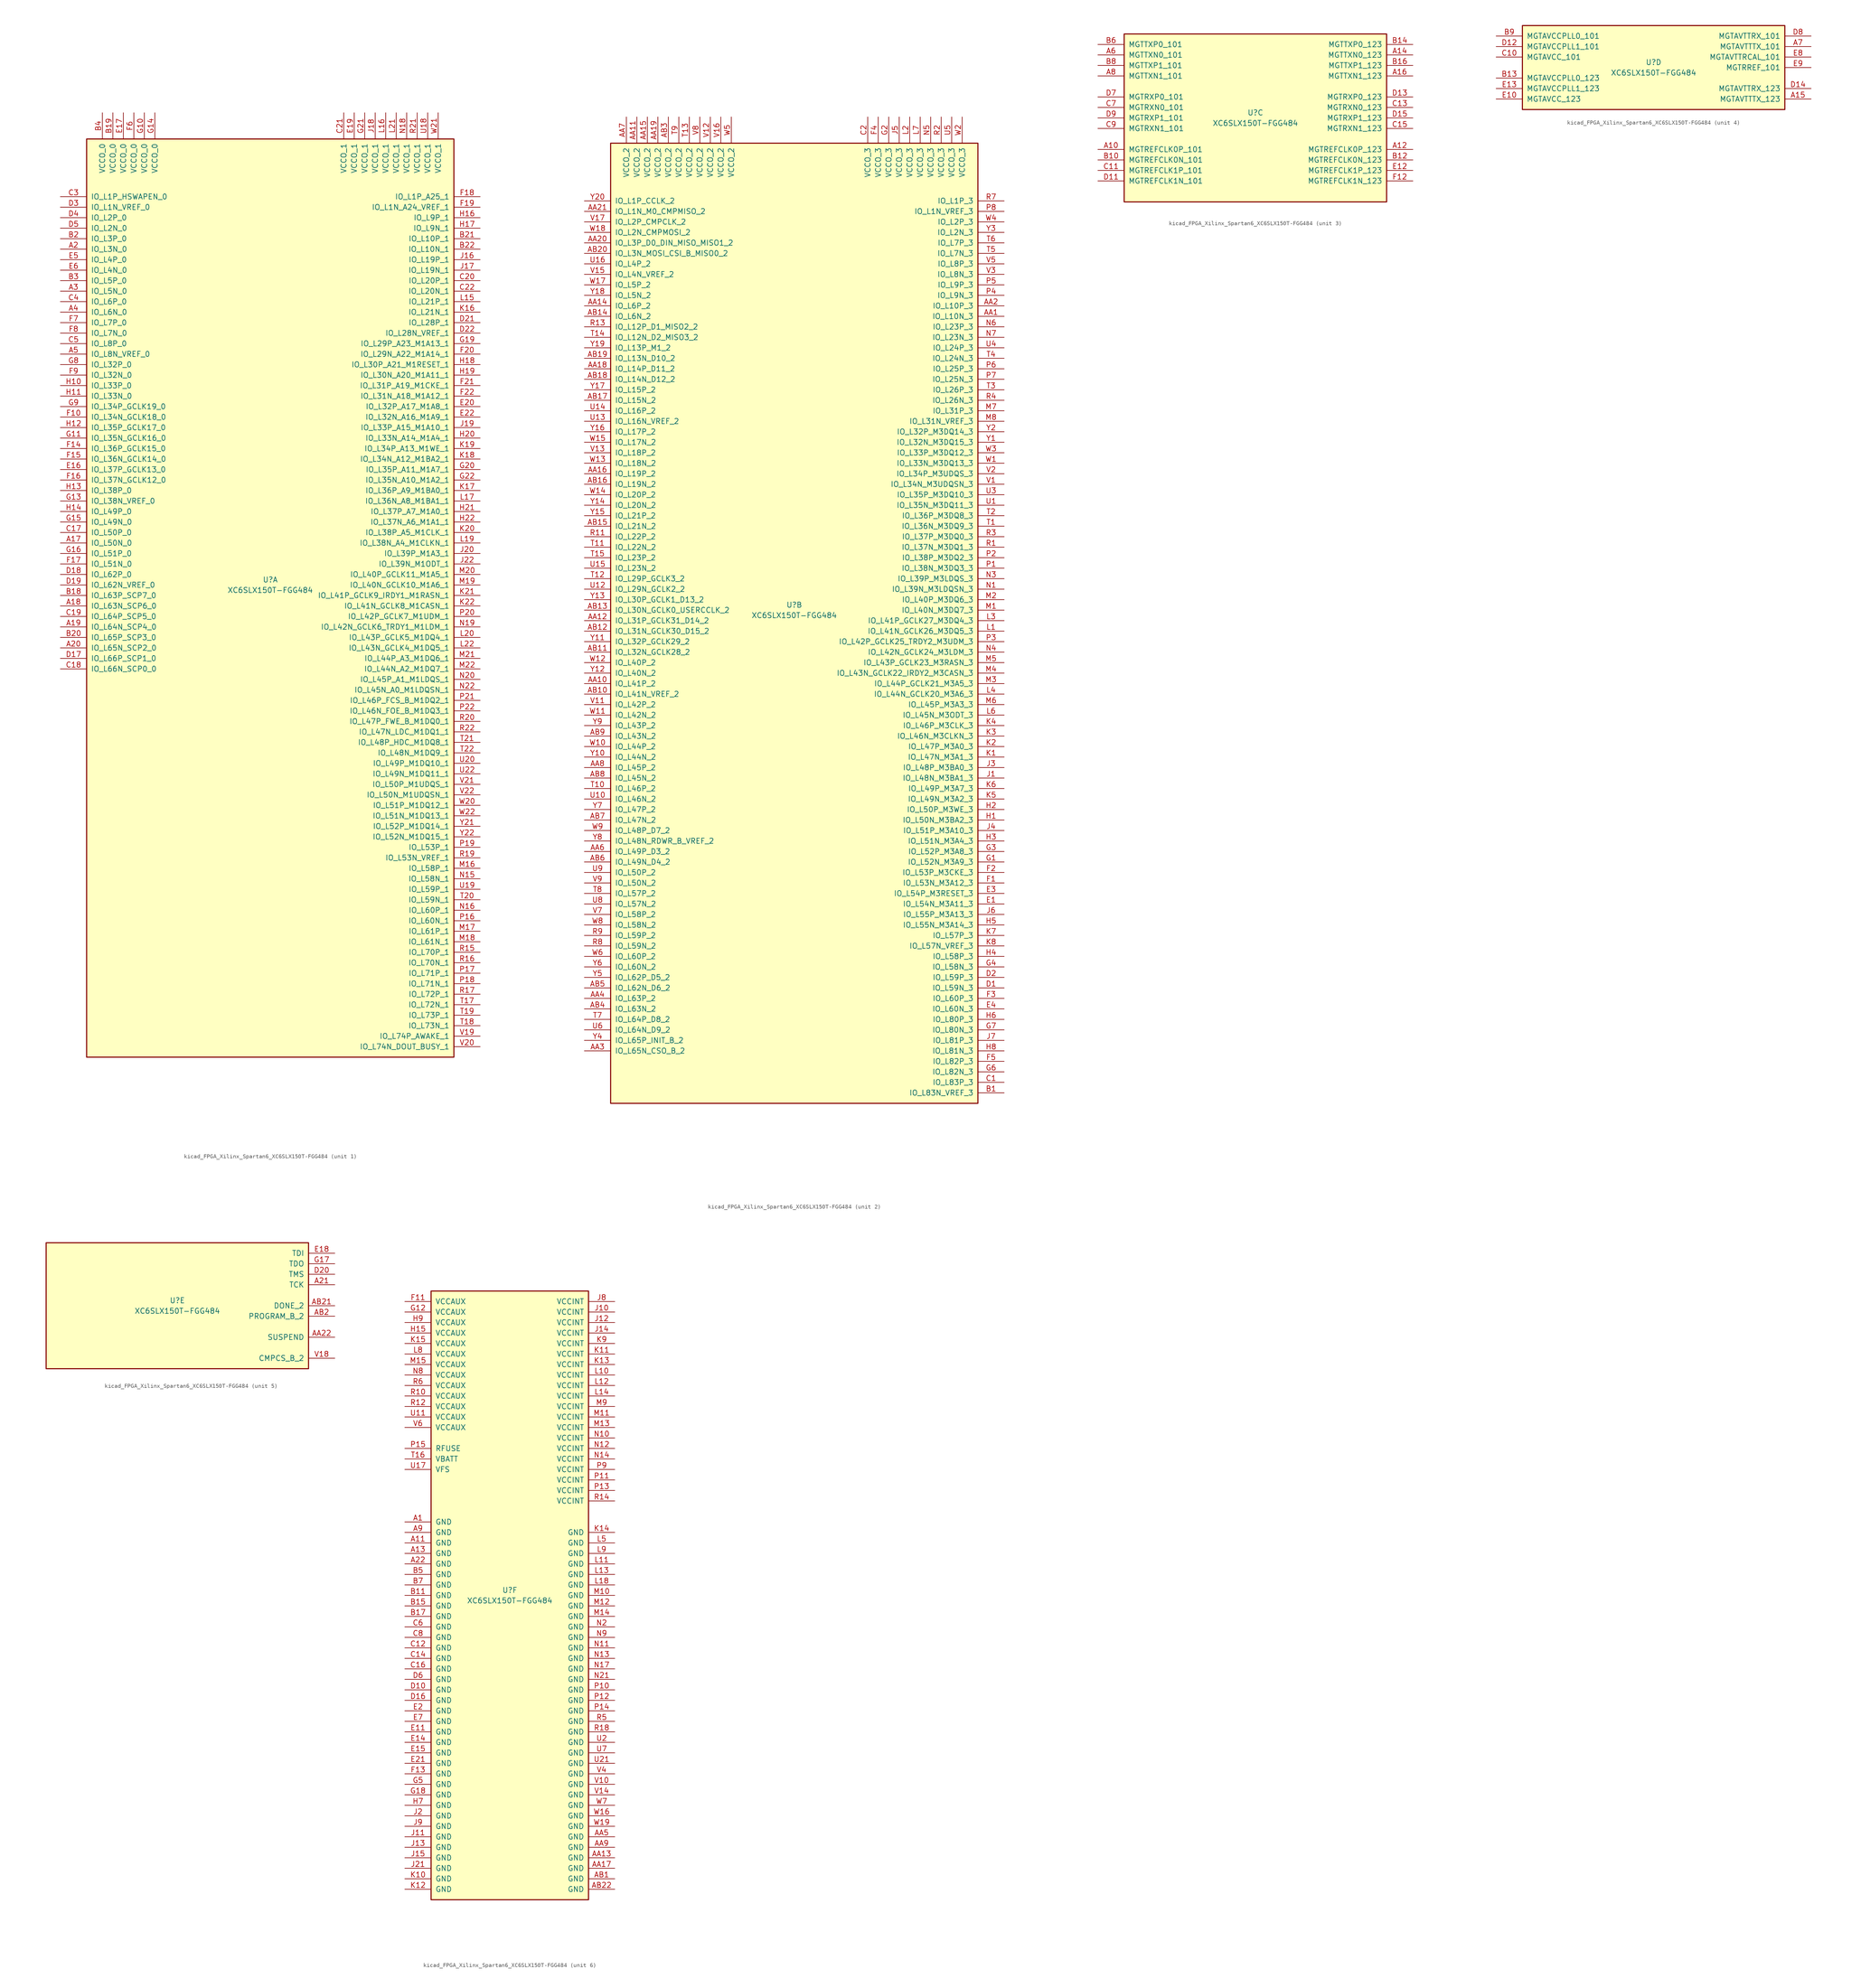
<source format=kicad_sym>
(kicad_symbol_lib
  (version 20220914)
  (generator kicad_symbol_editor)
  (symbol "kicad_FPGA_Xilinx_Spartan6_XC6SLX150T-FGG484"
    (pin_names
      (offset 1.016))
    (property "Reference" "U"
      (at 0 1.27 0)
      (effects (font (size 1.27 1.27))))
    (property "Value" "XC6SLX150T-FGG484"
      (at 0 -1.27 0)
      (effects (font (size 1.27 1.27))))
    (property "Datasheet" ""
      (at 0 0 0)
      (effects (font (size 1.27 1.27))))
    (property "ki_locked" ""
      (at 0 0 0)
      (effects (font (size 1.27 1.27))))
    (symbol "kicad_FPGA_Xilinx_Spartan6_XC6SLX150T-FGG484_1_1"
      (rectangle (start -44.45 107.95) (end 44.45 -114.3) (stroke (width 0.254) (type default)) (fill (type background)))
      (pin bidirectional line (at -50.8 10.16 0) (length 6.35) (name "IO_L50N_0" (effects (font (size 1.27 1.27)))) (number "A17" (effects (font (size 1.27 1.27)))))
      (pin bidirectional line (at -50.8 -5.08 0) (length 6.35) (name "IO_L63N_SCP6_0" (effects (font (size 1.27 1.27)))) (number "A18" (effects (font (size 1.27 1.27)))))
      (pin bidirectional line (at -50.8 -10.16 0) (length 6.35) (name "IO_L64N_SCP4_0" (effects (font (size 1.27 1.27)))) (number "A19" (effects (font (size 1.27 1.27)))))
      (pin bidirectional line (at -50.8 81.28 0) (length 6.35) (name "IO_L3N_0" (effects (font (size 1.27 1.27)))) (number "A2" (effects (font (size 1.27 1.27)))))
      (pin bidirectional line (at -50.8 -15.24 0) (length 6.35) (name "IO_L65N_SCP2_0" (effects (font (size 1.27 1.27)))) (number "A20" (effects (font (size 1.27 1.27)))))
      (pin bidirectional line (at -50.8 71.12 0) (length 6.35) (name "IO_L5N_0" (effects (font (size 1.27 1.27)))) (number "A3" (effects (font (size 1.27 1.27)))))
      (pin bidirectional line (at -50.8 66.04 0) (length 6.35) (name "IO_L6N_0" (effects (font (size 1.27 1.27)))) (number "A4" (effects (font (size 1.27 1.27)))))
      (pin bidirectional line (at -50.8 55.88 0) (length 6.35) (name "IO_L8N_VREF_0" (effects (font (size 1.27 1.27)))) (number "A5" (effects (font (size 1.27 1.27)))))
      (pin bidirectional line (at -50.8 -2.54 0) (length 6.35) (name "IO_L63P_SCP7_0" (effects (font (size 1.27 1.27)))) (number "B18" (effects (font (size 1.27 1.27)))))
      (pin power_in line (at -38.1 114.3 270) (length 6.35) (name "VCCO_0" (effects (font (size 1.27 1.27)))) (number "B19" (effects (font (size 1.27 1.27)))))
      (pin bidirectional line (at -50.8 83.82 0) (length 6.35) (name "IO_L3P_0" (effects (font (size 1.27 1.27)))) (number "B2" (effects (font (size 1.27 1.27)))))
      (pin bidirectional line (at -50.8 -12.7 0) (length 6.35) (name "IO_L65P_SCP3_0" (effects (font (size 1.27 1.27)))) (number "B20" (effects (font (size 1.27 1.27)))))
      (pin bidirectional line (at 50.8 83.82 180) (length 6.35) (name "IO_L10P_1" (effects (font (size 1.27 1.27)))) (number "B21" (effects (font (size 1.27 1.27)))))
      (pin bidirectional line (at 50.8 81.28 180) (length 6.35) (name "IO_L10N_1" (effects (font (size 1.27 1.27)))) (number "B22" (effects (font (size 1.27 1.27)))))
      (pin bidirectional line (at -50.8 73.66 0) (length 6.35) (name "IO_L5P_0" (effects (font (size 1.27 1.27)))) (number "B3" (effects (font (size 1.27 1.27)))))
      (pin power_in line (at -40.64 114.3 270) (length 6.35) (name "VCCO_0" (effects (font (size 1.27 1.27)))) (number "B4" (effects (font (size 1.27 1.27)))))
      (pin bidirectional line (at -50.8 12.7 0) (length 6.35) (name "IO_L50P_0" (effects (font (size 1.27 1.27)))) (number "C17" (effects (font (size 1.27 1.27)))))
      (pin bidirectional line (at -50.8 -20.32 0) (length 6.35) (name "IO_L66N_SCP0_0" (effects (font (size 1.27 1.27)))) (number "C18" (effects (font (size 1.27 1.27)))))
      (pin bidirectional line (at -50.8 -7.62 0) (length 6.35) (name "IO_L64P_SCP5_0" (effects (font (size 1.27 1.27)))) (number "C19" (effects (font (size 1.27 1.27)))))
      (pin bidirectional line (at 50.8 73.66 180) (length 6.35) (name "IO_L20P_1" (effects (font (size 1.27 1.27)))) (number "C20" (effects (font (size 1.27 1.27)))))
      (pin power_in line (at 17.78 114.3 270) (length 6.35) (name "VCCO_1" (effects (font (size 1.27 1.27)))) (number "C21" (effects (font (size 1.27 1.27)))))
      (pin bidirectional line (at 50.8 71.12 180) (length 6.35) (name "IO_L20N_1" (effects (font (size 1.27 1.27)))) (number "C22" (effects (font (size 1.27 1.27)))))
      (pin bidirectional line (at -50.8 93.98 0) (length 6.35) (name "IO_L1P_HSWAPEN_0" (effects (font (size 1.27 1.27)))) (number "C3" (effects (font (size 1.27 1.27)))))
      (pin bidirectional line (at -50.8 68.58 0) (length 6.35) (name "IO_L6P_0" (effects (font (size 1.27 1.27)))) (number "C4" (effects (font (size 1.27 1.27)))))
      (pin bidirectional line (at -50.8 58.42 0) (length 6.35) (name "IO_L8P_0" (effects (font (size 1.27 1.27)))) (number "C5" (effects (font (size 1.27 1.27)))))
      (pin bidirectional line (at -50.8 -17.78 0) (length 6.35) (name "IO_L66P_SCP1_0" (effects (font (size 1.27 1.27)))) (number "D17" (effects (font (size 1.27 1.27)))))
      (pin bidirectional line (at -50.8 2.54 0) (length 6.35) (name "IO_L62P_0" (effects (font (size 1.27 1.27)))) (number "D18" (effects (font (size 1.27 1.27)))))
      (pin bidirectional line (at -50.8 0 0) (length 6.35) (name "IO_L62N_VREF_0" (effects (font (size 1.27 1.27)))) (number "D19" (effects (font (size 1.27 1.27)))))
      (pin bidirectional line (at 50.8 63.5 180) (length 6.35) (name "IO_L28P_1" (effects (font (size 1.27 1.27)))) (number "D21" (effects (font (size 1.27 1.27)))))
      (pin bidirectional line (at 50.8 60.96 180) (length 6.35) (name "IO_L28N_VREF_1" (effects (font (size 1.27 1.27)))) (number "D22" (effects (font (size 1.27 1.27)))))
      (pin bidirectional line (at -50.8 91.44 0) (length 6.35) (name "IO_L1N_VREF_0" (effects (font (size 1.27 1.27)))) (number "D3" (effects (font (size 1.27 1.27)))))
      (pin bidirectional line (at -50.8 88.9 0) (length 6.35) (name "IO_L2P_0" (effects (font (size 1.27 1.27)))) (number "D4" (effects (font (size 1.27 1.27)))))
      (pin bidirectional line (at -50.8 86.36 0) (length 6.35) (name "IO_L2N_0" (effects (font (size 1.27 1.27)))) (number "D5" (effects (font (size 1.27 1.27)))))
      (pin bidirectional line (at -50.8 27.94 0) (length 6.35) (name "IO_L37P_GCLK13_0" (effects (font (size 1.27 1.27)))) (number "E16" (effects (font (size 1.27 1.27)))))
      (pin power_in line (at -35.56 114.3 270) (length 6.35) (name "VCCO_0" (effects (font (size 1.27 1.27)))) (number "E17" (effects (font (size 1.27 1.27)))))
      (pin power_in line (at 20.32 114.3 270) (length 6.35) (name "VCCO_1" (effects (font (size 1.27 1.27)))) (number "E19" (effects (font (size 1.27 1.27)))))
      (pin bidirectional line (at 50.8 43.18 180) (length 6.35) (name "IO_L32P_A17_M1A8_1" (effects (font (size 1.27 1.27)))) (number "E20" (effects (font (size 1.27 1.27)))))
      (pin bidirectional line (at 50.8 40.64 180) (length 6.35) (name "IO_L32N_A16_M1A9_1" (effects (font (size 1.27 1.27)))) (number "E22" (effects (font (size 1.27 1.27)))))
      (pin bidirectional line (at -50.8 78.74 0) (length 6.35) (name "IO_L4P_0" (effects (font (size 1.27 1.27)))) (number "E5" (effects (font (size 1.27 1.27)))))
      (pin bidirectional line (at -50.8 76.2 0) (length 6.35) (name "IO_L4N_0" (effects (font (size 1.27 1.27)))) (number "E6" (effects (font (size 1.27 1.27)))))
      (pin bidirectional line (at -50.8 40.64 0) (length 6.35) (name "IO_L34N_GCLK18_0" (effects (font (size 1.27 1.27)))) (number "F10" (effects (font (size 1.27 1.27)))))
      (pin bidirectional line (at -50.8 33.02 0) (length 6.35) (name "IO_L36P_GCLK15_0" (effects (font (size 1.27 1.27)))) (number "F14" (effects (font (size 1.27 1.27)))))
      (pin bidirectional line (at -50.8 30.48 0) (length 6.35) (name "IO_L36N_GCLK14_0" (effects (font (size 1.27 1.27)))) (number "F15" (effects (font (size 1.27 1.27)))))
      (pin bidirectional line (at -50.8 25.4 0) (length 6.35) (name "IO_L37N_GCLK12_0" (effects (font (size 1.27 1.27)))) (number "F16" (effects (font (size 1.27 1.27)))))
      (pin bidirectional line (at -50.8 5.08 0) (length 6.35) (name "IO_L51N_0" (effects (font (size 1.27 1.27)))) (number "F17" (effects (font (size 1.27 1.27)))))
      (pin bidirectional line (at 50.8 93.98 180) (length 6.35) (name "IO_L1P_A25_1" (effects (font (size 1.27 1.27)))) (number "F18" (effects (font (size 1.27 1.27)))))
      (pin bidirectional line (at 50.8 91.44 180) (length 6.35) (name "IO_L1N_A24_VREF_1" (effects (font (size 1.27 1.27)))) (number "F19" (effects (font (size 1.27 1.27)))))
      (pin bidirectional line (at 50.8 55.88 180) (length 6.35) (name "IO_L29N_A22_M1A14_1" (effects (font (size 1.27 1.27)))) (number "F20" (effects (font (size 1.27 1.27)))))
      (pin bidirectional line (at 50.8 48.26 180) (length 6.35) (name "IO_L31P_A19_M1CKE_1" (effects (font (size 1.27 1.27)))) (number "F21" (effects (font (size 1.27 1.27)))))
      (pin bidirectional line (at 50.8 45.72 180) (length 6.35) (name "IO_L31N_A18_M1A12_1" (effects (font (size 1.27 1.27)))) (number "F22" (effects (font (size 1.27 1.27)))))
      (pin power_in line (at -33.02 114.3 270) (length 6.35) (name "VCCO_0" (effects (font (size 1.27 1.27)))) (number "F6" (effects (font (size 1.27 1.27)))))
      (pin bidirectional line (at -50.8 63.5 0) (length 6.35) (name "IO_L7P_0" (effects (font (size 1.27 1.27)))) (number "F7" (effects (font (size 1.27 1.27)))))
      (pin bidirectional line (at -50.8 60.96 0) (length 6.35) (name "IO_L7N_0" (effects (font (size 1.27 1.27)))) (number "F8" (effects (font (size 1.27 1.27)))))
      (pin bidirectional line (at -50.8 50.8 0) (length 6.35) (name "IO_L32N_0" (effects (font (size 1.27 1.27)))) (number "F9" (effects (font (size 1.27 1.27)))))
      (pin power_in line (at -30.48 114.3 270) (length 6.35) (name "VCCO_0" (effects (font (size 1.27 1.27)))) (number "G10" (effects (font (size 1.27 1.27)))))
      (pin bidirectional line (at -50.8 35.56 0) (length 6.35) (name "IO_L35N_GCLK16_0" (effects (font (size 1.27 1.27)))) (number "G11" (effects (font (size 1.27 1.27)))))
      (pin bidirectional line (at -50.8 20.32 0) (length 6.35) (name "IO_L38N_VREF_0" (effects (font (size 1.27 1.27)))) (number "G13" (effects (font (size 1.27 1.27)))))
      (pin power_in line (at -27.94 114.3 270) (length 6.35) (name "VCCO_0" (effects (font (size 1.27 1.27)))) (number "G14" (effects (font (size 1.27 1.27)))))
      (pin bidirectional line (at -50.8 15.24 0) (length 6.35) (name "IO_L49N_0" (effects (font (size 1.27 1.27)))) (number "G15" (effects (font (size 1.27 1.27)))))
      (pin bidirectional line (at -50.8 7.62 0) (length 6.35) (name "IO_L51P_0" (effects (font (size 1.27 1.27)))) (number "G16" (effects (font (size 1.27 1.27)))))
      (pin bidirectional line (at 50.8 58.42 180) (length 6.35) (name "IO_L29P_A23_M1A13_1" (effects (font (size 1.27 1.27)))) (number "G19" (effects (font (size 1.27 1.27)))))
      (pin bidirectional line (at 50.8 27.94 180) (length 6.35) (name "IO_L35P_A11_M1A7_1" (effects (font (size 1.27 1.27)))) (number "G20" (effects (font (size 1.27 1.27)))))
      (pin power_in line (at 22.86 114.3 270) (length 6.35) (name "VCCO_1" (effects (font (size 1.27 1.27)))) (number "G21" (effects (font (size 1.27 1.27)))))
      (pin bidirectional line (at 50.8 25.4 180) (length 6.35) (name "IO_L35N_A10_M1A2_1" (effects (font (size 1.27 1.27)))) (number "G22" (effects (font (size 1.27 1.27)))))
      (pin bidirectional line (at -50.8 53.34 0) (length 6.35) (name "IO_L32P_0" (effects (font (size 1.27 1.27)))) (number "G8" (effects (font (size 1.27 1.27)))))
      (pin bidirectional line (at -50.8 43.18 0) (length 6.35) (name "IO_L34P_GCLK19_0" (effects (font (size 1.27 1.27)))) (number "G9" (effects (font (size 1.27 1.27)))))
      (pin bidirectional line (at -50.8 48.26 0) (length 6.35) (name "IO_L33P_0" (effects (font (size 1.27 1.27)))) (number "H10" (effects (font (size 1.27 1.27)))))
      (pin bidirectional line (at -50.8 45.72 0) (length 6.35) (name "IO_L33N_0" (effects (font (size 1.27 1.27)))) (number "H11" (effects (font (size 1.27 1.27)))))
      (pin bidirectional line (at -50.8 38.1 0) (length 6.35) (name "IO_L35P_GCLK17_0" (effects (font (size 1.27 1.27)))) (number "H12" (effects (font (size 1.27 1.27)))))
      (pin bidirectional line (at -50.8 22.86 0) (length 6.35) (name "IO_L38P_0" (effects (font (size 1.27 1.27)))) (number "H13" (effects (font (size 1.27 1.27)))))
      (pin bidirectional line (at -50.8 17.78 0) (length 6.35) (name "IO_L49P_0" (effects (font (size 1.27 1.27)))) (number "H14" (effects (font (size 1.27 1.27)))))
      (pin bidirectional line (at 50.8 88.9 180) (length 6.35) (name "IO_L9P_1" (effects (font (size 1.27 1.27)))) (number "H16" (effects (font (size 1.27 1.27)))))
      (pin bidirectional line (at 50.8 86.36 180) (length 6.35) (name "IO_L9N_1" (effects (font (size 1.27 1.27)))) (number "H17" (effects (font (size 1.27 1.27)))))
      (pin bidirectional line (at 50.8 53.34 180) (length 6.35) (name "IO_L30P_A21_M1RESET_1" (effects (font (size 1.27 1.27)))) (number "H18" (effects (font (size 1.27 1.27)))))
      (pin bidirectional line (at 50.8 50.8 180) (length 6.35) (name "IO_L30N_A20_M1A11_1" (effects (font (size 1.27 1.27)))) (number "H19" (effects (font (size 1.27 1.27)))))
      (pin bidirectional line (at 50.8 35.56 180) (length 6.35) (name "IO_L33N_A14_M1A4_1" (effects (font (size 1.27 1.27)))) (number "H20" (effects (font (size 1.27 1.27)))))
      (pin bidirectional line (at 50.8 17.78 180) (length 6.35) (name "IO_L37P_A7_M1A0_1" (effects (font (size 1.27 1.27)))) (number "H21" (effects (font (size 1.27 1.27)))))
      (pin bidirectional line (at 50.8 15.24 180) (length 6.35) (name "IO_L37N_A6_M1A1_1" (effects (font (size 1.27 1.27)))) (number "H22" (effects (font (size 1.27 1.27)))))
      (pin bidirectional line (at 50.8 78.74 180) (length 6.35) (name "IO_L19P_1" (effects (font (size 1.27 1.27)))) (number "J16" (effects (font (size 1.27 1.27)))))
      (pin bidirectional line (at 50.8 76.2 180) (length 6.35) (name "IO_L19N_1" (effects (font (size 1.27 1.27)))) (number "J17" (effects (font (size 1.27 1.27)))))
      (pin power_in line (at 25.4 114.3 270) (length 6.35) (name "VCCO_1" (effects (font (size 1.27 1.27)))) (number "J18" (effects (font (size 1.27 1.27)))))
      (pin bidirectional line (at 50.8 38.1 180) (length 6.35) (name "IO_L33P_A15_M1A10_1" (effects (font (size 1.27 1.27)))) (number "J19" (effects (font (size 1.27 1.27)))))
      (pin bidirectional line (at 50.8 7.62 180) (length 6.35) (name "IO_L39P_M1A3_1" (effects (font (size 1.27 1.27)))) (number "J20" (effects (font (size 1.27 1.27)))))
      (pin bidirectional line (at 50.8 5.08 180) (length 6.35) (name "IO_L39N_M1ODT_1" (effects (font (size 1.27 1.27)))) (number "J22" (effects (font (size 1.27 1.27)))))
      (pin bidirectional line (at 50.8 66.04 180) (length 6.35) (name "IO_L21N_1" (effects (font (size 1.27 1.27)))) (number "K16" (effects (font (size 1.27 1.27)))))
      (pin bidirectional line (at 50.8 22.86 180) (length 6.35) (name "IO_L36P_A9_M1BA0_1" (effects (font (size 1.27 1.27)))) (number "K17" (effects (font (size 1.27 1.27)))))
      (pin bidirectional line (at 50.8 30.48 180) (length 6.35) (name "IO_L34N_A12_M1BA2_1" (effects (font (size 1.27 1.27)))) (number "K18" (effects (font (size 1.27 1.27)))))
      (pin bidirectional line (at 50.8 33.02 180) (length 6.35) (name "IO_L34P_A13_M1WE_1" (effects (font (size 1.27 1.27)))) (number "K19" (effects (font (size 1.27 1.27)))))
      (pin bidirectional line (at 50.8 12.7 180) (length 6.35) (name "IO_L38P_A5_M1CLK_1" (effects (font (size 1.27 1.27)))) (number "K20" (effects (font (size 1.27 1.27)))))
      (pin bidirectional line (at 50.8 -2.54 180) (length 6.35) (name "IO_L41P_GCLK9_IRDY1_M1RASN_1" (effects (font (size 1.27 1.27)))) (number "K21" (effects (font (size 1.27 1.27)))))
      (pin bidirectional line (at 50.8 -5.08 180) (length 6.35) (name "IO_L41N_GCLK8_M1CASN_1" (effects (font (size 1.27 1.27)))) (number "K22" (effects (font (size 1.27 1.27)))))
      (pin bidirectional line (at 50.8 68.58 180) (length 6.35) (name "IO_L21P_1" (effects (font (size 1.27 1.27)))) (number "L15" (effects (font (size 1.27 1.27)))))
      (pin power_in line (at 27.94 114.3 270) (length 6.35) (name "VCCO_1" (effects (font (size 1.27 1.27)))) (number "L16" (effects (font (size 1.27 1.27)))))
      (pin bidirectional line (at 50.8 20.32 180) (length 6.35) (name "IO_L36N_A8_M1BA1_1" (effects (font (size 1.27 1.27)))) (number "L17" (effects (font (size 1.27 1.27)))))
      (pin bidirectional line (at 50.8 10.16 180) (length 6.35) (name "IO_L38N_A4_M1CLKN_1" (effects (font (size 1.27 1.27)))) (number "L19" (effects (font (size 1.27 1.27)))))
      (pin bidirectional line (at 50.8 -12.7 180) (length 6.35) (name "IO_L43P_GCLK5_M1DQ4_1" (effects (font (size 1.27 1.27)))) (number "L20" (effects (font (size 1.27 1.27)))))
      (pin power_in line (at 30.48 114.3 270) (length 6.35) (name "VCCO_1" (effects (font (size 1.27 1.27)))) (number "L21" (effects (font (size 1.27 1.27)))))
      (pin bidirectional line (at 50.8 -15.24 180) (length 6.35) (name "IO_L43N_GCLK4_M1DQ5_1" (effects (font (size 1.27 1.27)))) (number "L22" (effects (font (size 1.27 1.27)))))
      (pin bidirectional line (at 50.8 -68.58 180) (length 6.35) (name "IO_L58P_1" (effects (font (size 1.27 1.27)))) (number "M16" (effects (font (size 1.27 1.27)))))
      (pin bidirectional line (at 50.8 -83.82 180) (length 6.35) (name "IO_L61P_1" (effects (font (size 1.27 1.27)))) (number "M17" (effects (font (size 1.27 1.27)))))
      (pin bidirectional line (at 50.8 -86.36 180) (length 6.35) (name "IO_L61N_1" (effects (font (size 1.27 1.27)))) (number "M18" (effects (font (size 1.27 1.27)))))
      (pin bidirectional line (at 50.8 0 180) (length 6.35) (name "IO_L40N_GCLK10_M1A6_1" (effects (font (size 1.27 1.27)))) (number "M19" (effects (font (size 1.27 1.27)))))
      (pin bidirectional line (at 50.8 2.54 180) (length 6.35) (name "IO_L40P_GCLK11_M1A5_1" (effects (font (size 1.27 1.27)))) (number "M20" (effects (font (size 1.27 1.27)))))
      (pin bidirectional line (at 50.8 -17.78 180) (length 6.35) (name "IO_L44P_A3_M1DQ6_1" (effects (font (size 1.27 1.27)))) (number "M21" (effects (font (size 1.27 1.27)))))
      (pin bidirectional line (at 50.8 -20.32 180) (length 6.35) (name "IO_L44N_A2_M1DQ7_1" (effects (font (size 1.27 1.27)))) (number "M22" (effects (font (size 1.27 1.27)))))
      (pin bidirectional line (at 50.8 -71.12 180) (length 6.35) (name "IO_L58N_1" (effects (font (size 1.27 1.27)))) (number "N15" (effects (font (size 1.27 1.27)))))
      (pin bidirectional line (at 50.8 -78.74 180) (length 6.35) (name "IO_L60P_1" (effects (font (size 1.27 1.27)))) (number "N16" (effects (font (size 1.27 1.27)))))
      (pin power_in line (at 33.02 114.3 270) (length 6.35) (name "VCCO_1" (effects (font (size 1.27 1.27)))) (number "N18" (effects (font (size 1.27 1.27)))))
      (pin bidirectional line (at 50.8 -10.16 180) (length 6.35) (name "IO_L42N_GCLK6_TRDY1_M1LDM_1" (effects (font (size 1.27 1.27)))) (number "N19" (effects (font (size 1.27 1.27)))))
      (pin bidirectional line (at 50.8 -22.86 180) (length 6.35) (name "IO_L45P_A1_M1LDQS_1" (effects (font (size 1.27 1.27)))) (number "N20" (effects (font (size 1.27 1.27)))))
      (pin bidirectional line (at 50.8 -25.4 180) (length 6.35) (name "IO_L45N_A0_M1LDQSN_1" (effects (font (size 1.27 1.27)))) (number "N22" (effects (font (size 1.27 1.27)))))
      (pin bidirectional line (at 50.8 -81.28 180) (length 6.35) (name "IO_L60N_1" (effects (font (size 1.27 1.27)))) (number "P16" (effects (font (size 1.27 1.27)))))
      (pin bidirectional line (at 50.8 -93.98 180) (length 6.35) (name "IO_L71P_1" (effects (font (size 1.27 1.27)))) (number "P17" (effects (font (size 1.27 1.27)))))
      (pin bidirectional line (at 50.8 -96.52 180) (length 6.35) (name "IO_L71N_1" (effects (font (size 1.27 1.27)))) (number "P18" (effects (font (size 1.27 1.27)))))
      (pin bidirectional line (at 50.8 -63.5 180) (length 6.35) (name "IO_L53P_1" (effects (font (size 1.27 1.27)))) (number "P19" (effects (font (size 1.27 1.27)))))
      (pin bidirectional line (at 50.8 -7.62 180) (length 6.35) (name "IO_L42P_GCLK7_M1UDM_1" (effects (font (size 1.27 1.27)))) (number "P20" (effects (font (size 1.27 1.27)))))
      (pin bidirectional line (at 50.8 -27.94 180) (length 6.35) (name "IO_L46P_FCS_B_M1DQ2_1" (effects (font (size 1.27 1.27)))) (number "P21" (effects (font (size 1.27 1.27)))))
      (pin bidirectional line (at 50.8 -30.48 180) (length 6.35) (name "IO_L46N_FOE_B_M1DQ3_1" (effects (font (size 1.27 1.27)))) (number "P22" (effects (font (size 1.27 1.27)))))
      (pin bidirectional line (at 50.8 -88.9 180) (length 6.35) (name "IO_L70P_1" (effects (font (size 1.27 1.27)))) (number "R15" (effects (font (size 1.27 1.27)))))
      (pin bidirectional line (at 50.8 -91.44 180) (length 6.35) (name "IO_L70N_1" (effects (font (size 1.27 1.27)))) (number "R16" (effects (font (size 1.27 1.27)))))
      (pin bidirectional line (at 50.8 -99.06 180) (length 6.35) (name "IO_L72P_1" (effects (font (size 1.27 1.27)))) (number "R17" (effects (font (size 1.27 1.27)))))
      (pin bidirectional line (at 50.8 -66.04 180) (length 6.35) (name "IO_L53N_VREF_1" (effects (font (size 1.27 1.27)))) (number "R19" (effects (font (size 1.27 1.27)))))
      (pin bidirectional line (at 50.8 -33.02 180) (length 6.35) (name "IO_L47P_FWE_B_M1DQ0_1" (effects (font (size 1.27 1.27)))) (number "R20" (effects (font (size 1.27 1.27)))))
      (pin power_in line (at 35.56 114.3 270) (length 6.35) (name "VCCO_1" (effects (font (size 1.27 1.27)))) (number "R21" (effects (font (size 1.27 1.27)))))
      (pin bidirectional line (at 50.8 -35.56 180) (length 6.35) (name "IO_L47N_LDC_M1DQ1_1" (effects (font (size 1.27 1.27)))) (number "R22" (effects (font (size 1.27 1.27)))))
      (pin bidirectional line (at 50.8 -101.6 180) (length 6.35) (name "IO_L72N_1" (effects (font (size 1.27 1.27)))) (number "T17" (effects (font (size 1.27 1.27)))))
      (pin bidirectional line (at 50.8 -106.68 180) (length 6.35) (name "IO_L73N_1" (effects (font (size 1.27 1.27)))) (number "T18" (effects (font (size 1.27 1.27)))))
      (pin bidirectional line (at 50.8 -104.14 180) (length 6.35) (name "IO_L73P_1" (effects (font (size 1.27 1.27)))) (number "T19" (effects (font (size 1.27 1.27)))))
      (pin bidirectional line (at 50.8 -76.2 180) (length 6.35) (name "IO_L59N_1" (effects (font (size 1.27 1.27)))) (number "T20" (effects (font (size 1.27 1.27)))))
      (pin bidirectional line (at 50.8 -38.1 180) (length 6.35) (name "IO_L48P_HDC_M1DQ8_1" (effects (font (size 1.27 1.27)))) (number "T21" (effects (font (size 1.27 1.27)))))
      (pin bidirectional line (at 50.8 -40.64 180) (length 6.35) (name "IO_L48N_M1DQ9_1" (effects (font (size 1.27 1.27)))) (number "T22" (effects (font (size 1.27 1.27)))))
      (pin power_in line (at 38.1 114.3 270) (length 6.35) (name "VCCO_1" (effects (font (size 1.27 1.27)))) (number "U18" (effects (font (size 1.27 1.27)))))
      (pin bidirectional line (at 50.8 -73.66 180) (length 6.35) (name "IO_L59P_1" (effects (font (size 1.27 1.27)))) (number "U19" (effects (font (size 1.27 1.27)))))
      (pin bidirectional line (at 50.8 -43.18 180) (length 6.35) (name "IO_L49P_M1DQ10_1" (effects (font (size 1.27 1.27)))) (number "U20" (effects (font (size 1.27 1.27)))))
      (pin bidirectional line (at 50.8 -45.72 180) (length 6.35) (name "IO_L49N_M1DQ11_1" (effects (font (size 1.27 1.27)))) (number "U22" (effects (font (size 1.27 1.27)))))
      (pin bidirectional line (at 50.8 -109.22 180) (length 6.35) (name "IO_L74P_AWAKE_1" (effects (font (size 1.27 1.27)))) (number "V19" (effects (font (size 1.27 1.27)))))
      (pin bidirectional line (at 50.8 -111.76 180) (length 6.35) (name "IO_L74N_DOUT_BUSY_1" (effects (font (size 1.27 1.27)))) (number "V20" (effects (font (size 1.27 1.27)))))
      (pin bidirectional line (at 50.8 -48.26 180) (length 6.35) (name "IO_L50P_M1UDQS_1" (effects (font (size 1.27 1.27)))) (number "V21" (effects (font (size 1.27 1.27)))))
      (pin bidirectional line (at 50.8 -50.8 180) (length 6.35) (name "IO_L50N_M1UDQSN_1" (effects (font (size 1.27 1.27)))) (number "V22" (effects (font (size 1.27 1.27)))))
      (pin bidirectional line (at 50.8 -53.34 180) (length 6.35) (name "IO_L51P_M1DQ12_1" (effects (font (size 1.27 1.27)))) (number "W20" (effects (font (size 1.27 1.27)))))
      (pin power_in line (at 40.64 114.3 270) (length 6.35) (name "VCCO_1" (effects (font (size 1.27 1.27)))) (number "W21" (effects (font (size 1.27 1.27)))))
      (pin bidirectional line (at 50.8 -55.88 180) (length 6.35) (name "IO_L51N_M1DQ13_1" (effects (font (size 1.27 1.27)))) (number "W22" (effects (font (size 1.27 1.27)))))
      (pin bidirectional line (at 50.8 -58.42 180) (length 6.35) (name "IO_L52P_M1DQ14_1" (effects (font (size 1.27 1.27)))) (number "Y21" (effects (font (size 1.27 1.27)))))
      (pin bidirectional line (at 50.8 -60.96 180) (length 6.35) (name "IO_L52N_M1DQ15_1" (effects (font (size 1.27 1.27)))) (number "Y22" (effects (font (size 1.27 1.27))))))
    (symbol "kicad_FPGA_Xilinx_Spartan6_XC6SLX150T-FGG484_2_1"
      (rectangle (start -44.45 113.03) (end 44.45 -119.38) (stroke (width 0.254) (type default)) (fill (type background)))
      (pin bidirectional line (at 50.8 71.12 180) (length 6.35) (name "IO_L10N_3" (effects (font (size 1.27 1.27)))) (number "AA1" (effects (font (size 1.27 1.27)))))
      (pin bidirectional line (at -50.8 -17.78 0) (length 6.35) (name "IO_L41P_2" (effects (font (size 1.27 1.27)))) (number "AA10" (effects (font (size 1.27 1.27)))))
      (pin power_in line (at -38.1 119.38 270) (length 6.35) (name "VCCO_2" (effects (font (size 1.27 1.27)))) (number "AA11" (effects (font (size 1.27 1.27)))))
      (pin bidirectional line (at -50.8 -2.54 0) (length 6.35) (name "IO_L31P_GCLK31_D14_2" (effects (font (size 1.27 1.27)))) (number "AA12" (effects (font (size 1.27 1.27)))))
      (pin bidirectional line (at -50.8 73.66 0) (length 6.35) (name "IO_L6P_2" (effects (font (size 1.27 1.27)))) (number "AA14" (effects (font (size 1.27 1.27)))))
      (pin power_in line (at -35.56 119.38 270) (length 6.35) (name "VCCO_2" (effects (font (size 1.27 1.27)))) (number "AA15" (effects (font (size 1.27 1.27)))))
      (pin bidirectional line (at -50.8 33.02 0) (length 6.35) (name "IO_L19P_2" (effects (font (size 1.27 1.27)))) (number "AA16" (effects (font (size 1.27 1.27)))))
      (pin bidirectional line (at -50.8 58.42 0) (length 6.35) (name "IO_L14P_D11_2" (effects (font (size 1.27 1.27)))) (number "AA18" (effects (font (size 1.27 1.27)))))
      (pin power_in line (at -33.02 119.38 270) (length 6.35) (name "VCCO_2" (effects (font (size 1.27 1.27)))) (number "AA19" (effects (font (size 1.27 1.27)))))
      (pin bidirectional line (at 50.8 73.66 180) (length 6.35) (name "IO_L10P_3" (effects (font (size 1.27 1.27)))) (number "AA2" (effects (font (size 1.27 1.27)))))
      (pin bidirectional line (at -50.8 88.9 0) (length 6.35) (name "IO_L3P_D0_DIN_MISO_MISO1_2" (effects (font (size 1.27 1.27)))) (number "AA20" (effects (font (size 1.27 1.27)))))
      (pin bidirectional line (at -50.8 96.52 0) (length 6.35) (name "IO_L1N_M0_CMPMISO_2" (effects (font (size 1.27 1.27)))) (number "AA21" (effects (font (size 1.27 1.27)))))
      (pin bidirectional line (at -50.8 -106.68 0) (length 6.35) (name "IO_L65N_CSO_B_2" (effects (font (size 1.27 1.27)))) (number "AA3" (effects (font (size 1.27 1.27)))))
      (pin bidirectional line (at -50.8 -93.98 0) (length 6.35) (name "IO_L63P_2" (effects (font (size 1.27 1.27)))) (number "AA4" (effects (font (size 1.27 1.27)))))
      (pin bidirectional line (at -50.8 -58.42 0) (length 6.35) (name "IO_L49P_D3_2" (effects (font (size 1.27 1.27)))) (number "AA6" (effects (font (size 1.27 1.27)))))
      (pin power_in line (at -40.64 119.38 270) (length 6.35) (name "VCCO_2" (effects (font (size 1.27 1.27)))) (number "AA7" (effects (font (size 1.27 1.27)))))
      (pin bidirectional line (at -50.8 -38.1 0) (length 6.35) (name "IO_L45P_2" (effects (font (size 1.27 1.27)))) (number "AA8" (effects (font (size 1.27 1.27)))))
      (pin bidirectional line (at -50.8 -20.32 0) (length 6.35) (name "IO_L41N_VREF_2" (effects (font (size 1.27 1.27)))) (number "AB10" (effects (font (size 1.27 1.27)))))
      (pin bidirectional line (at -50.8 -10.16 0) (length 6.35) (name "IO_L32N_GCLK28_2" (effects (font (size 1.27 1.27)))) (number "AB11" (effects (font (size 1.27 1.27)))))
      (pin bidirectional line (at -50.8 -5.08 0) (length 6.35) (name "IO_L31N_GCLK30_D15_2" (effects (font (size 1.27 1.27)))) (number "AB12" (effects (font (size 1.27 1.27)))))
      (pin bidirectional line (at -50.8 0 0) (length 6.35) (name "IO_L30N_GCLK0_USERCCLK_2" (effects (font (size 1.27 1.27)))) (number "AB13" (effects (font (size 1.27 1.27)))))
      (pin bidirectional line (at -50.8 71.12 0) (length 6.35) (name "IO_L6N_2" (effects (font (size 1.27 1.27)))) (number "AB14" (effects (font (size 1.27 1.27)))))
      (pin bidirectional line (at -50.8 20.32 0) (length 6.35) (name "IO_L21N_2" (effects (font (size 1.27 1.27)))) (number "AB15" (effects (font (size 1.27 1.27)))))
      (pin bidirectional line (at -50.8 30.48 0) (length 6.35) (name "IO_L19N_2" (effects (font (size 1.27 1.27)))) (number "AB16" (effects (font (size 1.27 1.27)))))
      (pin bidirectional line (at -50.8 50.8 0) (length 6.35) (name "IO_L15N_2" (effects (font (size 1.27 1.27)))) (number "AB17" (effects (font (size 1.27 1.27)))))
      (pin bidirectional line (at -50.8 55.88 0) (length 6.35) (name "IO_L14N_D12_2" (effects (font (size 1.27 1.27)))) (number "AB18" (effects (font (size 1.27 1.27)))))
      (pin bidirectional line (at -50.8 60.96 0) (length 6.35) (name "IO_L13N_D10_2" (effects (font (size 1.27 1.27)))) (number "AB19" (effects (font (size 1.27 1.27)))))
      (pin bidirectional line (at -50.8 86.36 0) (length 6.35) (name "IO_L3N_MOSI_CSI_B_MISO0_2" (effects (font (size 1.27 1.27)))) (number "AB20" (effects (font (size 1.27 1.27)))))
      (pin power_in line (at -30.48 119.38 270) (length 6.35) (name "VCCO_2" (effects (font (size 1.27 1.27)))) (number "AB3" (effects (font (size 1.27 1.27)))))
      (pin bidirectional line (at -50.8 -96.52 0) (length 6.35) (name "IO_L63N_2" (effects (font (size 1.27 1.27)))) (number "AB4" (effects (font (size 1.27 1.27)))))
      (pin bidirectional line (at -50.8 -91.44 0) (length 6.35) (name "IO_L62N_D6_2" (effects (font (size 1.27 1.27)))) (number "AB5" (effects (font (size 1.27 1.27)))))
      (pin bidirectional line (at -50.8 -60.96 0) (length 6.35) (name "IO_L49N_D4_2" (effects (font (size 1.27 1.27)))) (number "AB6" (effects (font (size 1.27 1.27)))))
      (pin bidirectional line (at -50.8 -50.8 0) (length 6.35) (name "IO_L47N_2" (effects (font (size 1.27 1.27)))) (number "AB7" (effects (font (size 1.27 1.27)))))
      (pin bidirectional line (at -50.8 -40.64 0) (length 6.35) (name "IO_L45N_2" (effects (font (size 1.27 1.27)))) (number "AB8" (effects (font (size 1.27 1.27)))))
      (pin bidirectional line (at -50.8 -30.48 0) (length 6.35) (name "IO_L43N_2" (effects (font (size 1.27 1.27)))) (number "AB9" (effects (font (size 1.27 1.27)))))
      (pin bidirectional line (at 50.8 -116.84 180) (length 6.35) (name "IO_L83N_VREF_3" (effects (font (size 1.27 1.27)))) (number "B1" (effects (font (size 1.27 1.27)))))
      (pin bidirectional line (at 50.8 -114.3 180) (length 6.35) (name "IO_L83P_3" (effects (font (size 1.27 1.27)))) (number "C1" (effects (font (size 1.27 1.27)))))
      (pin power_in line (at 17.78 119.38 270) (length 6.35) (name "VCCO_3" (effects (font (size 1.27 1.27)))) (number "C2" (effects (font (size 1.27 1.27)))))
      (pin bidirectional line (at 50.8 -91.44 180) (length 6.35) (name "IO_L59N_3" (effects (font (size 1.27 1.27)))) (number "D1" (effects (font (size 1.27 1.27)))))
      (pin bidirectional line (at 50.8 -88.9 180) (length 6.35) (name "IO_L59P_3" (effects (font (size 1.27 1.27)))) (number "D2" (effects (font (size 1.27 1.27)))))
      (pin bidirectional line (at 50.8 -71.12 180) (length 6.35) (name "IO_L54N_M3A11_3" (effects (font (size 1.27 1.27)))) (number "E1" (effects (font (size 1.27 1.27)))))
      (pin bidirectional line (at 50.8 -68.58 180) (length 6.35) (name "IO_L54P_M3RESET_3" (effects (font (size 1.27 1.27)))) (number "E3" (effects (font (size 1.27 1.27)))))
      (pin bidirectional line (at 50.8 -96.52 180) (length 6.35) (name "IO_L60N_3" (effects (font (size 1.27 1.27)))) (number "E4" (effects (font (size 1.27 1.27)))))
      (pin bidirectional line (at 50.8 -66.04 180) (length 6.35) (name "IO_L53N_M3A12_3" (effects (font (size 1.27 1.27)))) (number "F1" (effects (font (size 1.27 1.27)))))
      (pin bidirectional line (at 50.8 -63.5 180) (length 6.35) (name "IO_L53P_M3CKE_3" (effects (font (size 1.27 1.27)))) (number "F2" (effects (font (size 1.27 1.27)))))
      (pin bidirectional line (at 50.8 -93.98 180) (length 6.35) (name "IO_L60P_3" (effects (font (size 1.27 1.27)))) (number "F3" (effects (font (size 1.27 1.27)))))
      (pin power_in line (at 20.32 119.38 270) (length 6.35) (name "VCCO_3" (effects (font (size 1.27 1.27)))) (number "F4" (effects (font (size 1.27 1.27)))))
      (pin bidirectional line (at 50.8 -109.22 180) (length 6.35) (name "IO_L82P_3" (effects (font (size 1.27 1.27)))) (number "F5" (effects (font (size 1.27 1.27)))))
      (pin bidirectional line (at 50.8 -60.96 180) (length 6.35) (name "IO_L52N_M3A9_3" (effects (font (size 1.27 1.27)))) (number "G1" (effects (font (size 1.27 1.27)))))
      (pin power_in line (at 22.86 119.38 270) (length 6.35) (name "VCCO_3" (effects (font (size 1.27 1.27)))) (number "G2" (effects (font (size 1.27 1.27)))))
      (pin bidirectional line (at 50.8 -58.42 180) (length 6.35) (name "IO_L52P_M3A8_3" (effects (font (size 1.27 1.27)))) (number "G3" (effects (font (size 1.27 1.27)))))
      (pin bidirectional line (at 50.8 -86.36 180) (length 6.35) (name "IO_L58N_3" (effects (font (size 1.27 1.27)))) (number "G4" (effects (font (size 1.27 1.27)))))
      (pin bidirectional line (at 50.8 -111.76 180) (length 6.35) (name "IO_L82N_3" (effects (font (size 1.27 1.27)))) (number "G6" (effects (font (size 1.27 1.27)))))
      (pin bidirectional line (at 50.8 -101.6 180) (length 6.35) (name "IO_L80N_3" (effects (font (size 1.27 1.27)))) (number "G7" (effects (font (size 1.27 1.27)))))
      (pin bidirectional line (at 50.8 -50.8 180) (length 6.35) (name "IO_L50N_M3BA2_3" (effects (font (size 1.27 1.27)))) (number "H1" (effects (font (size 1.27 1.27)))))
      (pin bidirectional line (at 50.8 -48.26 180) (length 6.35) (name "IO_L50P_M3WE_3" (effects (font (size 1.27 1.27)))) (number "H2" (effects (font (size 1.27 1.27)))))
      (pin bidirectional line (at 50.8 -55.88 180) (length 6.35) (name "IO_L51N_M3A4_3" (effects (font (size 1.27 1.27)))) (number "H3" (effects (font (size 1.27 1.27)))))
      (pin bidirectional line (at 50.8 -83.82 180) (length 6.35) (name "IO_L58P_3" (effects (font (size 1.27 1.27)))) (number "H4" (effects (font (size 1.27 1.27)))))
      (pin bidirectional line (at 50.8 -76.2 180) (length 6.35) (name "IO_L55N_M3A14_3" (effects (font (size 1.27 1.27)))) (number "H5" (effects (font (size 1.27 1.27)))))
      (pin bidirectional line (at 50.8 -99.06 180) (length 6.35) (name "IO_L80P_3" (effects (font (size 1.27 1.27)))) (number "H6" (effects (font (size 1.27 1.27)))))
      (pin bidirectional line (at 50.8 -106.68 180) (length 6.35) (name "IO_L81N_3" (effects (font (size 1.27 1.27)))) (number "H8" (effects (font (size 1.27 1.27)))))
      (pin bidirectional line (at 50.8 -40.64 180) (length 6.35) (name "IO_L48N_M3BA1_3" (effects (font (size 1.27 1.27)))) (number "J1" (effects (font (size 1.27 1.27)))))
      (pin bidirectional line (at 50.8 -38.1 180) (length 6.35) (name "IO_L48P_M3BA0_3" (effects (font (size 1.27 1.27)))) (number "J3" (effects (font (size 1.27 1.27)))))
      (pin bidirectional line (at 50.8 -53.34 180) (length 6.35) (name "IO_L51P_M3A10_3" (effects (font (size 1.27 1.27)))) (number "J4" (effects (font (size 1.27 1.27)))))
      (pin power_in line (at 25.4 119.38 270) (length 6.35) (name "VCCO_3" (effects (font (size 1.27 1.27)))) (number "J5" (effects (font (size 1.27 1.27)))))
      (pin bidirectional line (at 50.8 -73.66 180) (length 6.35) (name "IO_L55P_M3A13_3" (effects (font (size 1.27 1.27)))) (number "J6" (effects (font (size 1.27 1.27)))))
      (pin bidirectional line (at 50.8 -104.14 180) (length 6.35) (name "IO_L81P_3" (effects (font (size 1.27 1.27)))) (number "J7" (effects (font (size 1.27 1.27)))))
      (pin bidirectional line (at 50.8 -35.56 180) (length 6.35) (name "IO_L47N_M3A1_3" (effects (font (size 1.27 1.27)))) (number "K1" (effects (font (size 1.27 1.27)))))
      (pin bidirectional line (at 50.8 -33.02 180) (length 6.35) (name "IO_L47P_M3A0_3" (effects (font (size 1.27 1.27)))) (number "K2" (effects (font (size 1.27 1.27)))))
      (pin bidirectional line (at 50.8 -30.48 180) (length 6.35) (name "IO_L46N_M3CLKN_3" (effects (font (size 1.27 1.27)))) (number "K3" (effects (font (size 1.27 1.27)))))
      (pin bidirectional line (at 50.8 -27.94 180) (length 6.35) (name "IO_L46P_M3CLK_3" (effects (font (size 1.27 1.27)))) (number "K4" (effects (font (size 1.27 1.27)))))
      (pin bidirectional line (at 50.8 -45.72 180) (length 6.35) (name "IO_L49N_M3A2_3" (effects (font (size 1.27 1.27)))) (number "K5" (effects (font (size 1.27 1.27)))))
      (pin bidirectional line (at 50.8 -43.18 180) (length 6.35) (name "IO_L49P_M3A7_3" (effects (font (size 1.27 1.27)))) (number "K6" (effects (font (size 1.27 1.27)))))
      (pin bidirectional line (at 50.8 -78.74 180) (length 6.35) (name "IO_L57P_3" (effects (font (size 1.27 1.27)))) (number "K7" (effects (font (size 1.27 1.27)))))
      (pin bidirectional line (at 50.8 -81.28 180) (length 6.35) (name "IO_L57N_VREF_3" (effects (font (size 1.27 1.27)))) (number "K8" (effects (font (size 1.27 1.27)))))
      (pin bidirectional line (at 50.8 -5.08 180) (length 6.35) (name "IO_L41N_GCLK26_M3DQ5_3" (effects (font (size 1.27 1.27)))) (number "L1" (effects (font (size 1.27 1.27)))))
      (pin power_in line (at 27.94 119.38 270) (length 6.35) (name "VCCO_3" (effects (font (size 1.27 1.27)))) (number "L2" (effects (font (size 1.27 1.27)))))
      (pin bidirectional line (at 50.8 -2.54 180) (length 6.35) (name "IO_L41P_GCLK27_M3DQ4_3" (effects (font (size 1.27 1.27)))) (number "L3" (effects (font (size 1.27 1.27)))))
      (pin bidirectional line (at 50.8 -20.32 180) (length 6.35) (name "IO_L44N_GCLK20_M3A6_3" (effects (font (size 1.27 1.27)))) (number "L4" (effects (font (size 1.27 1.27)))))
      (pin bidirectional line (at 50.8 -25.4 180) (length 6.35) (name "IO_L45N_M3ODT_3" (effects (font (size 1.27 1.27)))) (number "L6" (effects (font (size 1.27 1.27)))))
      (pin power_in line (at 30.48 119.38 270) (length 6.35) (name "VCCO_3" (effects (font (size 1.27 1.27)))) (number "L7" (effects (font (size 1.27 1.27)))))
      (pin bidirectional line (at 50.8 0 180) (length 6.35) (name "IO_L40N_M3DQ7_3" (effects (font (size 1.27 1.27)))) (number "M1" (effects (font (size 1.27 1.27)))))
      (pin bidirectional line (at 50.8 2.54 180) (length 6.35) (name "IO_L40P_M3DQ6_3" (effects (font (size 1.27 1.27)))) (number "M2" (effects (font (size 1.27 1.27)))))
      (pin bidirectional line (at 50.8 -17.78 180) (length 6.35) (name "IO_L44P_GCLK21_M3A5_3" (effects (font (size 1.27 1.27)))) (number "M3" (effects (font (size 1.27 1.27)))))
      (pin bidirectional line (at 50.8 -15.24 180) (length 6.35) (name "IO_L43N_GCLK22_IRDY2_M3CASN_3" (effects (font (size 1.27 1.27)))) (number "M4" (effects (font (size 1.27 1.27)))))
      (pin bidirectional line (at 50.8 -12.7 180) (length 6.35) (name "IO_L43P_GCLK23_M3RASN_3" (effects (font (size 1.27 1.27)))) (number "M5" (effects (font (size 1.27 1.27)))))
      (pin bidirectional line (at 50.8 -22.86 180) (length 6.35) (name "IO_L45P_M3A3_3" (effects (font (size 1.27 1.27)))) (number "M6" (effects (font (size 1.27 1.27)))))
      (pin bidirectional line (at 50.8 48.26 180) (length 6.35) (name "IO_L31P_3" (effects (font (size 1.27 1.27)))) (number "M7" (effects (font (size 1.27 1.27)))))
      (pin bidirectional line (at 50.8 45.72 180) (length 6.35) (name "IO_L31N_VREF_3" (effects (font (size 1.27 1.27)))) (number "M8" (effects (font (size 1.27 1.27)))))
      (pin bidirectional line (at 50.8 5.08 180) (length 6.35) (name "IO_L39N_M3LDQSN_3" (effects (font (size 1.27 1.27)))) (number "N1" (effects (font (size 1.27 1.27)))))
      (pin bidirectional line (at 50.8 7.62 180) (length 6.35) (name "IO_L39P_M3LDQS_3" (effects (font (size 1.27 1.27)))) (number "N3" (effects (font (size 1.27 1.27)))))
      (pin bidirectional line (at 50.8 -10.16 180) (length 6.35) (name "IO_L42N_GCLK24_M3LDM_3" (effects (font (size 1.27 1.27)))) (number "N4" (effects (font (size 1.27 1.27)))))
      (pin power_in line (at 33.02 119.38 270) (length 6.35) (name "VCCO_3" (effects (font (size 1.27 1.27)))) (number "N5" (effects (font (size 1.27 1.27)))))
      (pin bidirectional line (at 50.8 68.58 180) (length 6.35) (name "IO_L23P_3" (effects (font (size 1.27 1.27)))) (number "N6" (effects (font (size 1.27 1.27)))))
      (pin bidirectional line (at 50.8 66.04 180) (length 6.35) (name "IO_L23N_3" (effects (font (size 1.27 1.27)))) (number "N7" (effects (font (size 1.27 1.27)))))
      (pin bidirectional line (at 50.8 10.16 180) (length 6.35) (name "IO_L38N_M3DQ3_3" (effects (font (size 1.27 1.27)))) (number "P1" (effects (font (size 1.27 1.27)))))
      (pin bidirectional line (at 50.8 12.7 180) (length 6.35) (name "IO_L38P_M3DQ2_3" (effects (font (size 1.27 1.27)))) (number "P2" (effects (font (size 1.27 1.27)))))
      (pin bidirectional line (at 50.8 -7.62 180) (length 6.35) (name "IO_L42P_GCLK25_TRDY2_M3UDM_3" (effects (font (size 1.27 1.27)))) (number "P3" (effects (font (size 1.27 1.27)))))
      (pin bidirectional line (at 50.8 76.2 180) (length 6.35) (name "IO_L9N_3" (effects (font (size 1.27 1.27)))) (number "P4" (effects (font (size 1.27 1.27)))))
      (pin bidirectional line (at 50.8 78.74 180) (length 6.35) (name "IO_L9P_3" (effects (font (size 1.27 1.27)))) (number "P5" (effects (font (size 1.27 1.27)))))
      (pin bidirectional line (at 50.8 58.42 180) (length 6.35) (name "IO_L25P_3" (effects (font (size 1.27 1.27)))) (number "P6" (effects (font (size 1.27 1.27)))))
      (pin bidirectional line (at 50.8 55.88 180) (length 6.35) (name "IO_L25N_3" (effects (font (size 1.27 1.27)))) (number "P7" (effects (font (size 1.27 1.27)))))
      (pin bidirectional line (at 50.8 96.52 180) (length 6.35) (name "IO_L1N_VREF_3" (effects (font (size 1.27 1.27)))) (number "P8" (effects (font (size 1.27 1.27)))))
      (pin bidirectional line (at 50.8 15.24 180) (length 6.35) (name "IO_L37N_M3DQ1_3" (effects (font (size 1.27 1.27)))) (number "R1" (effects (font (size 1.27 1.27)))))
      (pin bidirectional line (at -50.8 17.78 0) (length 6.35) (name "IO_L22P_2" (effects (font (size 1.27 1.27)))) (number "R11" (effects (font (size 1.27 1.27)))))
      (pin bidirectional line (at -50.8 68.58 0) (length 6.35) (name "IO_L12P_D1_MISO2_2" (effects (font (size 1.27 1.27)))) (number "R13" (effects (font (size 1.27 1.27)))))
      (pin power_in line (at 35.56 119.38 270) (length 6.35) (name "VCCO_3" (effects (font (size 1.27 1.27)))) (number "R2" (effects (font (size 1.27 1.27)))))
      (pin bidirectional line (at 50.8 17.78 180) (length 6.35) (name "IO_L37P_M3DQ0_3" (effects (font (size 1.27 1.27)))) (number "R3" (effects (font (size 1.27 1.27)))))
      (pin bidirectional line (at 50.8 50.8 180) (length 6.35) (name "IO_L26N_3" (effects (font (size 1.27 1.27)))) (number "R4" (effects (font (size 1.27 1.27)))))
      (pin bidirectional line (at 50.8 99.06 180) (length 6.35) (name "IO_L1P_3" (effects (font (size 1.27 1.27)))) (number "R7" (effects (font (size 1.27 1.27)))))
      (pin bidirectional line (at -50.8 -81.28 0) (length 6.35) (name "IO_L59N_2" (effects (font (size 1.27 1.27)))) (number "R8" (effects (font (size 1.27 1.27)))))
      (pin bidirectional line (at -50.8 -78.74 0) (length 6.35) (name "IO_L59P_2" (effects (font (size 1.27 1.27)))) (number "R9" (effects (font (size 1.27 1.27)))))
      (pin bidirectional line (at 50.8 20.32 180) (length 6.35) (name "IO_L36N_M3DQ9_3" (effects (font (size 1.27 1.27)))) (number "T1" (effects (font (size 1.27 1.27)))))
      (pin bidirectional line (at -50.8 -43.18 0) (length 6.35) (name "IO_L46P_2" (effects (font (size 1.27 1.27)))) (number "T10" (effects (font (size 1.27 1.27)))))
      (pin bidirectional line (at -50.8 15.24 0) (length 6.35) (name "IO_L22N_2" (effects (font (size 1.27 1.27)))) (number "T11" (effects (font (size 1.27 1.27)))))
      (pin bidirectional line (at -50.8 7.62 0) (length 6.35) (name "IO_L29P_GCLK3_2" (effects (font (size 1.27 1.27)))) (number "T12" (effects (font (size 1.27 1.27)))))
      (pin power_in line (at -25.4 119.38 270) (length 6.35) (name "VCCO_2" (effects (font (size 1.27 1.27)))) (number "T13" (effects (font (size 1.27 1.27)))))
      (pin bidirectional line (at -50.8 66.04 0) (length 6.35) (name "IO_L12N_D2_MISO3_2" (effects (font (size 1.27 1.27)))) (number "T14" (effects (font (size 1.27 1.27)))))
      (pin bidirectional line (at -50.8 12.7 0) (length 6.35) (name "IO_L23P_2" (effects (font (size 1.27 1.27)))) (number "T15" (effects (font (size 1.27 1.27)))))
      (pin bidirectional line (at 50.8 22.86 180) (length 6.35) (name "IO_L36P_M3DQ8_3" (effects (font (size 1.27 1.27)))) (number "T2" (effects (font (size 1.27 1.27)))))
      (pin bidirectional line (at 50.8 53.34 180) (length 6.35) (name "IO_L26P_3" (effects (font (size 1.27 1.27)))) (number "T3" (effects (font (size 1.27 1.27)))))
      (pin bidirectional line (at 50.8 60.96 180) (length 6.35) (name "IO_L24N_3" (effects (font (size 1.27 1.27)))) (number "T4" (effects (font (size 1.27 1.27)))))
      (pin bidirectional line (at 50.8 86.36 180) (length 6.35) (name "IO_L7N_3" (effects (font (size 1.27 1.27)))) (number "T5" (effects (font (size 1.27 1.27)))))
      (pin bidirectional line (at 50.8 88.9 180) (length 6.35) (name "IO_L7P_3" (effects (font (size 1.27 1.27)))) (number "T6" (effects (font (size 1.27 1.27)))))
      (pin bidirectional line (at -50.8 -99.06 0) (length 6.35) (name "IO_L64P_D8_2" (effects (font (size 1.27 1.27)))) (number "T7" (effects (font (size 1.27 1.27)))))
      (pin bidirectional line (at -50.8 -68.58 0) (length 6.35) (name "IO_L57P_2" (effects (font (size 1.27 1.27)))) (number "T8" (effects (font (size 1.27 1.27)))))
      (pin power_in line (at -27.94 119.38 270) (length 6.35) (name "VCCO_2" (effects (font (size 1.27 1.27)))) (number "T9" (effects (font (size 1.27 1.27)))))
      (pin bidirectional line (at 50.8 25.4 180) (length 6.35) (name "IO_L35N_M3DQ11_3" (effects (font (size 1.27 1.27)))) (number "U1" (effects (font (size 1.27 1.27)))))
      (pin bidirectional line (at -50.8 -45.72 0) (length 6.35) (name "IO_L46N_2" (effects (font (size 1.27 1.27)))) (number "U10" (effects (font (size 1.27 1.27)))))
      (pin bidirectional line (at -50.8 5.08 0) (length 6.35) (name "IO_L29N_GCLK2_2" (effects (font (size 1.27 1.27)))) (number "U12" (effects (font (size 1.27 1.27)))))
      (pin bidirectional line (at -50.8 45.72 0) (length 6.35) (name "IO_L16N_VREF_2" (effects (font (size 1.27 1.27)))) (number "U13" (effects (font (size 1.27 1.27)))))
      (pin bidirectional line (at -50.8 48.26 0) (length 6.35) (name "IO_L16P_2" (effects (font (size 1.27 1.27)))) (number "U14" (effects (font (size 1.27 1.27)))))
      (pin bidirectional line (at -50.8 10.16 0) (length 6.35) (name "IO_L23N_2" (effects (font (size 1.27 1.27)))) (number "U15" (effects (font (size 1.27 1.27)))))
      (pin bidirectional line (at -50.8 83.82 0) (length 6.35) (name "IO_L4P_2" (effects (font (size 1.27 1.27)))) (number "U16" (effects (font (size 1.27 1.27)))))
      (pin bidirectional line (at 50.8 27.94 180) (length 6.35) (name "IO_L35P_M3DQ10_3" (effects (font (size 1.27 1.27)))) (number "U3" (effects (font (size 1.27 1.27)))))
      (pin bidirectional line (at 50.8 63.5 180) (length 6.35) (name "IO_L24P_3" (effects (font (size 1.27 1.27)))) (number "U4" (effects (font (size 1.27 1.27)))))
      (pin power_in line (at 38.1 119.38 270) (length 6.35) (name "VCCO_3" (effects (font (size 1.27 1.27)))) (number "U5" (effects (font (size 1.27 1.27)))))
      (pin bidirectional line (at -50.8 -101.6 0) (length 6.35) (name "IO_L64N_D9_2" (effects (font (size 1.27 1.27)))) (number "U6" (effects (font (size 1.27 1.27)))))
      (pin bidirectional line (at -50.8 -71.12 0) (length 6.35) (name "IO_L57N_2" (effects (font (size 1.27 1.27)))) (number "U8" (effects (font (size 1.27 1.27)))))
      (pin bidirectional line (at -50.8 -63.5 0) (length 6.35) (name "IO_L50P_2" (effects (font (size 1.27 1.27)))) (number "U9" (effects (font (size 1.27 1.27)))))
      (pin bidirectional line (at 50.8 30.48 180) (length 6.35) (name "IO_L34N_M3UDQSN_3" (effects (font (size 1.27 1.27)))) (number "V1" (effects (font (size 1.27 1.27)))))
      (pin bidirectional line (at -50.8 -22.86 0) (length 6.35) (name "IO_L42P_2" (effects (font (size 1.27 1.27)))) (number "V11" (effects (font (size 1.27 1.27)))))
      (pin power_in line (at -20.32 119.38 270) (length 6.35) (name "VCCO_2" (effects (font (size 1.27 1.27)))) (number "V12" (effects (font (size 1.27 1.27)))))
      (pin bidirectional line (at -50.8 38.1 0) (length 6.35) (name "IO_L18P_2" (effects (font (size 1.27 1.27)))) (number "V13" (effects (font (size 1.27 1.27)))))
      (pin bidirectional line (at -50.8 81.28 0) (length 6.35) (name "IO_L4N_VREF_2" (effects (font (size 1.27 1.27)))) (number "V15" (effects (font (size 1.27 1.27)))))
      (pin power_in line (at -17.78 119.38 270) (length 6.35) (name "VCCO_2" (effects (font (size 1.27 1.27)))) (number "V16" (effects (font (size 1.27 1.27)))))
      (pin bidirectional line (at -50.8 93.98 0) (length 6.35) (name "IO_L2P_CMPCLK_2" (effects (font (size 1.27 1.27)))) (number "V17" (effects (font (size 1.27 1.27)))))
      (pin bidirectional line (at 50.8 33.02 180) (length 6.35) (name "IO_L34P_M3UDQS_3" (effects (font (size 1.27 1.27)))) (number "V2" (effects (font (size 1.27 1.27)))))
      (pin bidirectional line (at 50.8 81.28 180) (length 6.35) (name "IO_L8N_3" (effects (font (size 1.27 1.27)))) (number "V3" (effects (font (size 1.27 1.27)))))
      (pin bidirectional line (at 50.8 83.82 180) (length 6.35) (name "IO_L8P_3" (effects (font (size 1.27 1.27)))) (number "V5" (effects (font (size 1.27 1.27)))))
      (pin bidirectional line (at -50.8 -73.66 0) (length 6.35) (name "IO_L58P_2" (effects (font (size 1.27 1.27)))) (number "V7" (effects (font (size 1.27 1.27)))))
      (pin power_in line (at -22.86 119.38 270) (length 6.35) (name "VCCO_2" (effects (font (size 1.27 1.27)))) (number "V8" (effects (font (size 1.27 1.27)))))
      (pin bidirectional line (at -50.8 -66.04 0) (length 6.35) (name "IO_L50N_2" (effects (font (size 1.27 1.27)))) (number "V9" (effects (font (size 1.27 1.27)))))
      (pin bidirectional line (at 50.8 35.56 180) (length 6.35) (name "IO_L33N_M3DQ13_3" (effects (font (size 1.27 1.27)))) (number "W1" (effects (font (size 1.27 1.27)))))
      (pin bidirectional line (at -50.8 -33.02 0) (length 6.35) (name "IO_L44P_2" (effects (font (size 1.27 1.27)))) (number "W10" (effects (font (size 1.27 1.27)))))
      (pin bidirectional line (at -50.8 -25.4 0) (length 6.35) (name "IO_L42N_2" (effects (font (size 1.27 1.27)))) (number "W11" (effects (font (size 1.27 1.27)))))
      (pin bidirectional line (at -50.8 -12.7 0) (length 6.35) (name "IO_L40P_2" (effects (font (size 1.27 1.27)))) (number "W12" (effects (font (size 1.27 1.27)))))
      (pin bidirectional line (at -50.8 35.56 0) (length 6.35) (name "IO_L18N_2" (effects (font (size 1.27 1.27)))) (number "W13" (effects (font (size 1.27 1.27)))))
      (pin bidirectional line (at -50.8 27.94 0) (length 6.35) (name "IO_L20P_2" (effects (font (size 1.27 1.27)))) (number "W14" (effects (font (size 1.27 1.27)))))
      (pin bidirectional line (at -50.8 40.64 0) (length 6.35) (name "IO_L17N_2" (effects (font (size 1.27 1.27)))) (number "W15" (effects (font (size 1.27 1.27)))))
      (pin bidirectional line (at -50.8 78.74 0) (length 6.35) (name "IO_L5P_2" (effects (font (size 1.27 1.27)))) (number "W17" (effects (font (size 1.27 1.27)))))
      (pin bidirectional line (at -50.8 91.44 0) (length 6.35) (name "IO_L2N_CMPMOSI_2" (effects (font (size 1.27 1.27)))) (number "W18" (effects (font (size 1.27 1.27)))))
      (pin power_in line (at 40.64 119.38 270) (length 6.35) (name "VCCO_3" (effects (font (size 1.27 1.27)))) (number "W2" (effects (font (size 1.27 1.27)))))
      (pin bidirectional line (at 50.8 38.1 180) (length 6.35) (name "IO_L33P_M3DQ12_3" (effects (font (size 1.27 1.27)))) (number "W3" (effects (font (size 1.27 1.27)))))
      (pin bidirectional line (at 50.8 93.98 180) (length 6.35) (name "IO_L2P_3" (effects (font (size 1.27 1.27)))) (number "W4" (effects (font (size 1.27 1.27)))))
      (pin power_in line (at -15.24 119.38 270) (length 6.35) (name "VCCO_2" (effects (font (size 1.27 1.27)))) (number "W5" (effects (font (size 1.27 1.27)))))
      (pin bidirectional line (at -50.8 -83.82 0) (length 6.35) (name "IO_L60P_2" (effects (font (size 1.27 1.27)))) (number "W6" (effects (font (size 1.27 1.27)))))
      (pin bidirectional line (at -50.8 -76.2 0) (length 6.35) (name "IO_L58N_2" (effects (font (size 1.27 1.27)))) (number "W8" (effects (font (size 1.27 1.27)))))
      (pin bidirectional line (at -50.8 -53.34 0) (length 6.35) (name "IO_L48P_D7_2" (effects (font (size 1.27 1.27)))) (number "W9" (effects (font (size 1.27 1.27)))))
      (pin bidirectional line (at 50.8 40.64 180) (length 6.35) (name "IO_L32N_M3DQ15_3" (effects (font (size 1.27 1.27)))) (number "Y1" (effects (font (size 1.27 1.27)))))
      (pin bidirectional line (at -50.8 -35.56 0) (length 6.35) (name "IO_L44N_2" (effects (font (size 1.27 1.27)))) (number "Y10" (effects (font (size 1.27 1.27)))))
      (pin bidirectional line (at -50.8 -7.62 0) (length 6.35) (name "IO_L32P_GCLK29_2" (effects (font (size 1.27 1.27)))) (number "Y11" (effects (font (size 1.27 1.27)))))
      (pin bidirectional line (at -50.8 -15.24 0) (length 6.35) (name "IO_L40N_2" (effects (font (size 1.27 1.27)))) (number "Y12" (effects (font (size 1.27 1.27)))))
      (pin bidirectional line (at -50.8 2.54 0) (length 6.35) (name "IO_L30P_GCLK1_D13_2" (effects (font (size 1.27 1.27)))) (number "Y13" (effects (font (size 1.27 1.27)))))
      (pin bidirectional line (at -50.8 25.4 0) (length 6.35) (name "IO_L20N_2" (effects (font (size 1.27 1.27)))) (number "Y14" (effects (font (size 1.27 1.27)))))
      (pin bidirectional line (at -50.8 22.86 0) (length 6.35) (name "IO_L21P_2" (effects (font (size 1.27 1.27)))) (number "Y15" (effects (font (size 1.27 1.27)))))
      (pin bidirectional line (at -50.8 43.18 0) (length 6.35) (name "IO_L17P_2" (effects (font (size 1.27 1.27)))) (number "Y16" (effects (font (size 1.27 1.27)))))
      (pin bidirectional line (at -50.8 53.34 0) (length 6.35) (name "IO_L15P_2" (effects (font (size 1.27 1.27)))) (number "Y17" (effects (font (size 1.27 1.27)))))
      (pin bidirectional line (at -50.8 76.2 0) (length 6.35) (name "IO_L5N_2" (effects (font (size 1.27 1.27)))) (number "Y18" (effects (font (size 1.27 1.27)))))
      (pin bidirectional line (at -50.8 63.5 0) (length 6.35) (name "IO_L13P_M1_2" (effects (font (size 1.27 1.27)))) (number "Y19" (effects (font (size 1.27 1.27)))))
      (pin bidirectional line (at 50.8 43.18 180) (length 6.35) (name "IO_L32P_M3DQ14_3" (effects (font (size 1.27 1.27)))) (number "Y2" (effects (font (size 1.27 1.27)))))
      (pin bidirectional line (at -50.8 99.06 0) (length 6.35) (name "IO_L1P_CCLK_2" (effects (font (size 1.27 1.27)))) (number "Y20" (effects (font (size 1.27 1.27)))))
      (pin bidirectional line (at 50.8 91.44 180) (length 6.35) (name "IO_L2N_3" (effects (font (size 1.27 1.27)))) (number "Y3" (effects (font (size 1.27 1.27)))))
      (pin bidirectional line (at -50.8 -104.14 0) (length 6.35) (name "IO_L65P_INIT_B_2" (effects (font (size 1.27 1.27)))) (number "Y4" (effects (font (size 1.27 1.27)))))
      (pin bidirectional line (at -50.8 -88.9 0) (length 6.35) (name "IO_L62P_D5_2" (effects (font (size 1.27 1.27)))) (number "Y5" (effects (font (size 1.27 1.27)))))
      (pin bidirectional line (at -50.8 -86.36 0) (length 6.35) (name "IO_L60N_2" (effects (font (size 1.27 1.27)))) (number "Y6" (effects (font (size 1.27 1.27)))))
      (pin bidirectional line (at -50.8 -48.26 0) (length 6.35) (name "IO_L47P_2" (effects (font (size 1.27 1.27)))) (number "Y7" (effects (font (size 1.27 1.27)))))
      (pin bidirectional line (at -50.8 -55.88 0) (length 6.35) (name "IO_L48N_RDWR_B_VREF_2" (effects (font (size 1.27 1.27)))) (number "Y8" (effects (font (size 1.27 1.27)))))
      (pin bidirectional line (at -50.8 -27.94 0) (length 6.35) (name "IO_L43P_2" (effects (font (size 1.27 1.27)))) (number "Y9" (effects (font (size 1.27 1.27))))))
    (symbol "kicad_FPGA_Xilinx_Spartan6_XC6SLX150T-FGG484_3_1"
      (rectangle (start -31.75 20.32) (end 31.75 -20.32) (stroke (width 0.254) (type default)) (fill (type background)))
      (pin bidirectional line (at -38.1 -7.62 0) (length 6.35) (name "MGTREFCLK0P_101" (effects (font (size 1.27 1.27)))) (number "A10" (effects (font (size 1.27 1.27)))))
      (pin bidirectional line (at 38.1 -7.62 180) (length 6.35) (name "MGTREFCLK0P_123" (effects (font (size 1.27 1.27)))) (number "A12" (effects (font (size 1.27 1.27)))))
      (pin bidirectional line (at 38.1 15.24 180) (length 6.35) (name "MGTTXN0_123" (effects (font (size 1.27 1.27)))) (number "A14" (effects (font (size 1.27 1.27)))))
      (pin bidirectional line (at 38.1 10.16 180) (length 6.35) (name "MGTTXN1_123" (effects (font (size 1.27 1.27)))) (number "A16" (effects (font (size 1.27 1.27)))))
      (pin bidirectional line (at -38.1 15.24 0) (length 6.35) (name "MGTTXN0_101" (effects (font (size 1.27 1.27)))) (number "A6" (effects (font (size 1.27 1.27)))))
      (pin bidirectional line (at -38.1 10.16 0) (length 6.35) (name "MGTTXN1_101" (effects (font (size 1.27 1.27)))) (number "A8" (effects (font (size 1.27 1.27)))))
      (pin bidirectional line (at -38.1 -10.16 0) (length 6.35) (name "MGTREFCLK0N_101" (effects (font (size 1.27 1.27)))) (number "B10" (effects (font (size 1.27 1.27)))))
      (pin bidirectional line (at 38.1 -10.16 180) (length 6.35) (name "MGTREFCLK0N_123" (effects (font (size 1.27 1.27)))) (number "B12" (effects (font (size 1.27 1.27)))))
      (pin bidirectional line (at 38.1 17.78 180) (length 6.35) (name "MGTTXP0_123" (effects (font (size 1.27 1.27)))) (number "B14" (effects (font (size 1.27 1.27)))))
      (pin bidirectional line (at 38.1 12.7 180) (length 6.35) (name "MGTTXP1_123" (effects (font (size 1.27 1.27)))) (number "B16" (effects (font (size 1.27 1.27)))))
      (pin bidirectional line (at -38.1 17.78 0) (length 6.35) (name "MGTTXP0_101" (effects (font (size 1.27 1.27)))) (number "B6" (effects (font (size 1.27 1.27)))))
      (pin bidirectional line (at -38.1 12.7 0) (length 6.35) (name "MGTTXP1_101" (effects (font (size 1.27 1.27)))) (number "B8" (effects (font (size 1.27 1.27)))))
      (pin bidirectional line (at -38.1 -12.7 0) (length 6.35) (name "MGTREFCLK1P_101" (effects (font (size 1.27 1.27)))) (number "C11" (effects (font (size 1.27 1.27)))))
      (pin bidirectional line (at 38.1 2.54 180) (length 6.35) (name "MGTRXN0_123" (effects (font (size 1.27 1.27)))) (number "C13" (effects (font (size 1.27 1.27)))))
      (pin bidirectional line (at 38.1 -2.54 180) (length 6.35) (name "MGTRXN1_123" (effects (font (size 1.27 1.27)))) (number "C15" (effects (font (size 1.27 1.27)))))
      (pin bidirectional line (at -38.1 2.54 0) (length 6.35) (name "MGTRXN0_101" (effects (font (size 1.27 1.27)))) (number "C7" (effects (font (size 1.27 1.27)))))
      (pin bidirectional line (at -38.1 -2.54 0) (length 6.35) (name "MGTRXN1_101" (effects (font (size 1.27 1.27)))) (number "C9" (effects (font (size 1.27 1.27)))))
      (pin bidirectional line (at -38.1 -15.24 0) (length 6.35) (name "MGTREFCLK1N_101" (effects (font (size 1.27 1.27)))) (number "D11" (effects (font (size 1.27 1.27)))))
      (pin bidirectional line (at 38.1 5.08 180) (length 6.35) (name "MGTRXP0_123" (effects (font (size 1.27 1.27)))) (number "D13" (effects (font (size 1.27 1.27)))))
      (pin bidirectional line (at 38.1 0 180) (length 6.35) (name "MGTRXP1_123" (effects (font (size 1.27 1.27)))) (number "D15" (effects (font (size 1.27 1.27)))))
      (pin bidirectional line (at -38.1 5.08 0) (length 6.35) (name "MGTRXP0_101" (effects (font (size 1.27 1.27)))) (number "D7" (effects (font (size 1.27 1.27)))))
      (pin bidirectional line (at -38.1 0 0) (length 6.35) (name "MGTRXP1_101" (effects (font (size 1.27 1.27)))) (number "D9" (effects (font (size 1.27 1.27)))))
      (pin bidirectional line (at 38.1 -12.7 180) (length 6.35) (name "MGTREFCLK1P_123" (effects (font (size 1.27 1.27)))) (number "E12" (effects (font (size 1.27 1.27)))))
      (pin bidirectional line (at 38.1 -15.24 180) (length 6.35) (name "MGTREFCLK1N_123" (effects (font (size 1.27 1.27)))) (number "F12" (effects (font (size 1.27 1.27))))))
    (symbol "kicad_FPGA_Xilinx_Spartan6_XC6SLX150T-FGG484_4_1"
      (rectangle (start -31.75 10.16) (end 31.75 -10.16) (stroke (width 0.254) (type default)) (fill (type background)))
      (pin power_in line (at 38.1 -7.62 180) (length 6.35) (name "MGTAVTTTX_123" (effects (font (size 1.27 1.27)))) (number "A15" (effects (font (size 1.27 1.27)))))
      (pin power_in line (at 38.1 5.08 180) (length 6.35) (name "MGTAVTTTX_101" (effects (font (size 1.27 1.27)))) (number "A7" (effects (font (size 1.27 1.27)))))
      (pin power_in line (at -38.1 -2.54 0) (length 6.35) (name "MGTAVCCPLL0_123" (effects (font (size 1.27 1.27)))) (number "B13" (effects (font (size 1.27 1.27)))))
      (pin power_in line (at -38.1 7.62 0) (length 6.35) (name "MGTAVCCPLL0_101" (effects (font (size 1.27 1.27)))) (number "B9" (effects (font (size 1.27 1.27)))))
      (pin power_in line (at -38.1 2.54 0) (length 6.35) (name "MGTAVCC_101" (effects (font (size 1.27 1.27)))) (number "C10" (effects (font (size 1.27 1.27)))))
      (pin power_in line (at -38.1 5.08 0) (length 6.35) (name "MGTAVCCPLL1_101" (effects (font (size 1.27 1.27)))) (number "D12" (effects (font (size 1.27 1.27)))))
      (pin power_in line (at 38.1 -5.08 180) (length 6.35) (name "MGTAVTTRX_123" (effects (font (size 1.27 1.27)))) (number "D14" (effects (font (size 1.27 1.27)))))
      (pin power_in line (at 38.1 7.62 180) (length 6.35) (name "MGTAVTTRX_101" (effects (font (size 1.27 1.27)))) (number "D8" (effects (font (size 1.27 1.27)))))
      (pin power_in line (at -38.1 -7.62 0) (length 6.35) (name "MGTAVCC_123" (effects (font (size 1.27 1.27)))) (number "E10" (effects (font (size 1.27 1.27)))))
      (pin power_in line (at -38.1 -5.08 0) (length 6.35) (name "MGTAVCCPLL1_123" (effects (font (size 1.27 1.27)))) (number "E13" (effects (font (size 1.27 1.27)))))
      (pin power_in line (at 38.1 2.54 180) (length 6.35) (name "MGTAVTTRCAL_101" (effects (font (size 1.27 1.27)))) (number "E8" (effects (font (size 1.27 1.27)))))
      (pin power_in line (at 38.1 0 180) (length 6.35) (name "MGTRREF_101" (effects (font (size 1.27 1.27)))) (number "E9" (effects (font (size 1.27 1.27))))))
    (symbol "kicad_FPGA_Xilinx_Spartan6_XC6SLX150T-FGG484_5_1"
      (rectangle (start -31.75 15.24) (end 31.75 -15.24) (stroke (width 0.254) (type default)) (fill (type background)))
      (pin bidirectional line (at 38.1 5.08 180) (length 6.35) (name "TCK" (effects (font (size 1.27 1.27)))) (number "A21" (effects (font (size 1.27 1.27)))))
      (pin bidirectional line (at 38.1 -7.62 180) (length 6.35) (name "SUSPEND" (effects (font (size 1.27 1.27)))) (number "AA22" (effects (font (size 1.27 1.27)))))
      (pin bidirectional line (at 38.1 -2.54 180) (length 6.35) (name "PROGRAM_B_2" (effects (font (size 1.27 1.27)))) (number "AB2" (effects (font (size 1.27 1.27)))))
      (pin bidirectional line (at 38.1 0 180) (length 6.35) (name "DONE_2" (effects (font (size 1.27 1.27)))) (number "AB21" (effects (font (size 1.27 1.27)))))
      (pin bidirectional line (at 38.1 7.62 180) (length 6.35) (name "TMS" (effects (font (size 1.27 1.27)))) (number "D20" (effects (font (size 1.27 1.27)))))
      (pin bidirectional line (at 38.1 12.7 180) (length 6.35) (name "TDI" (effects (font (size 1.27 1.27)))) (number "E18" (effects (font (size 1.27 1.27)))))
      (pin bidirectional line (at 38.1 10.16 180) (length 6.35) (name "TDO" (effects (font (size 1.27 1.27)))) (number "G17" (effects (font (size 1.27 1.27)))))
      (pin bidirectional line (at 38.1 -12.7 180) (length 6.35) (name "CMPCS_B_2" (effects (font (size 1.27 1.27)))) (number "V18" (effects (font (size 1.27 1.27))))))
    (symbol "kicad_FPGA_Xilinx_Spartan6_XC6SLX150T-FGG484_6_1"
      (rectangle (start -19.05 73.66) (end 19.05 -73.66) (stroke (width 0.254) (type default)) (fill (type background)))
      (pin power_in line (at -25.4 17.78 0) (length 6.35) (name "GND" (effects (font (size 1.27 1.27)))) (number "A1" (effects (font (size 1.27 1.27)))))
      (pin power_in line (at -25.4 12.7 0) (length 6.35) (name "GND" (effects (font (size 1.27 1.27)))) (number "A11" (effects (font (size 1.27 1.27)))))
      (pin power_in line (at -25.4 10.16 0) (length 6.35) (name "GND" (effects (font (size 1.27 1.27)))) (number "A13" (effects (font (size 1.27 1.27)))))
      (pin power_in line (at -25.4 7.62 0) (length 6.35) (name "GND" (effects (font (size 1.27 1.27)))) (number "A22" (effects (font (size 1.27 1.27)))))
      (pin power_in line (at -25.4 15.24 0) (length 6.35) (name "GND" (effects (font (size 1.27 1.27)))) (number "A9" (effects (font (size 1.27 1.27)))))
      (pin power_in line (at 25.4 -63.5 180) (length 6.35) (name "GND" (effects (font (size 1.27 1.27)))) (number "AA13" (effects (font (size 1.27 1.27)))))
      (pin power_in line (at 25.4 -66.04 180) (length 6.35) (name "GND" (effects (font (size 1.27 1.27)))) (number "AA17" (effects (font (size 1.27 1.27)))))
      (pin power_in line (at 25.4 -58.42 180) (length 6.35) (name "GND" (effects (font (size 1.27 1.27)))) (number "AA5" (effects (font (size 1.27 1.27)))))
      (pin power_in line (at 25.4 -60.96 180) (length 6.35) (name "GND" (effects (font (size 1.27 1.27)))) (number "AA9" (effects (font (size 1.27 1.27)))))
      (pin power_in line (at 25.4 -68.58 180) (length 6.35) (name "GND" (effects (font (size 1.27 1.27)))) (number "AB1" (effects (font (size 1.27 1.27)))))
      (pin power_in line (at 25.4 -71.12 180) (length 6.35) (name "GND" (effects (font (size 1.27 1.27)))) (number "AB22" (effects (font (size 1.27 1.27)))))
      (pin power_in line (at -25.4 0 0) (length 6.35) (name "GND" (effects (font (size 1.27 1.27)))) (number "B11" (effects (font (size 1.27 1.27)))))
      (pin power_in line (at -25.4 -2.54 0) (length 6.35) (name "GND" (effects (font (size 1.27 1.27)))) (number "B15" (effects (font (size 1.27 1.27)))))
      (pin power_in line (at -25.4 -5.08 0) (length 6.35) (name "GND" (effects (font (size 1.27 1.27)))) (number "B17" (effects (font (size 1.27 1.27)))))
      (pin power_in line (at -25.4 5.08 0) (length 6.35) (name "GND" (effects (font (size 1.27 1.27)))) (number "B5" (effects (font (size 1.27 1.27)))))
      (pin power_in line (at -25.4 2.54 0) (length 6.35) (name "GND" (effects (font (size 1.27 1.27)))) (number "B7" (effects (font (size 1.27 1.27)))))
      (pin power_in line (at -25.4 -12.7 0) (length 6.35) (name "GND" (effects (font (size 1.27 1.27)))) (number "C12" (effects (font (size 1.27 1.27)))))
      (pin power_in line (at -25.4 -15.24 0) (length 6.35) (name "GND" (effects (font (size 1.27 1.27)))) (number "C14" (effects (font (size 1.27 1.27)))))
      (pin power_in line (at -25.4 -17.78 0) (length 6.35) (name "GND" (effects (font (size 1.27 1.27)))) (number "C16" (effects (font (size 1.27 1.27)))))
      (pin power_in line (at -25.4 -7.62 0) (length 6.35) (name "GND" (effects (font (size 1.27 1.27)))) (number "C6" (effects (font (size 1.27 1.27)))))
      (pin power_in line (at -25.4 -10.16 0) (length 6.35) (name "GND" (effects (font (size 1.27 1.27)))) (number "C8" (effects (font (size 1.27 1.27)))))
      (pin power_in line (at -25.4 -22.86 0) (length 6.35) (name "GND" (effects (font (size 1.27 1.27)))) (number "D10" (effects (font (size 1.27 1.27)))))
      (pin power_in line (at -25.4 -25.4 0) (length 6.35) (name "GND" (effects (font (size 1.27 1.27)))) (number "D16" (effects (font (size 1.27 1.27)))))
      (pin power_in line (at -25.4 -20.32 0) (length 6.35) (name "GND" (effects (font (size 1.27 1.27)))) (number "D6" (effects (font (size 1.27 1.27)))))
      (pin power_in line (at -25.4 -33.02 0) (length 6.35) (name "GND" (effects (font (size 1.27 1.27)))) (number "E11" (effects (font (size 1.27 1.27)))))
      (pin power_in line (at -25.4 -35.56 0) (length 6.35) (name "GND" (effects (font (size 1.27 1.27)))) (number "E14" (effects (font (size 1.27 1.27)))))
      (pin power_in line (at -25.4 -38.1 0) (length 6.35) (name "GND" (effects (font (size 1.27 1.27)))) (number "E15" (effects (font (size 1.27 1.27)))))
      (pin power_in line (at -25.4 -27.94 0) (length 6.35) (name "GND" (effects (font (size 1.27 1.27)))) (number "E2" (effects (font (size 1.27 1.27)))))
      (pin power_in line (at -25.4 -40.64 0) (length 6.35) (name "GND" (effects (font (size 1.27 1.27)))) (number "E21" (effects (font (size 1.27 1.27)))))
      (pin power_in line (at -25.4 -30.48 0) (length 6.35) (name "GND" (effects (font (size 1.27 1.27)))) (number "E7" (effects (font (size 1.27 1.27)))))
      (pin power_in line (at -25.4 71.12 0) (length 6.35) (name "VCCAUX" (effects (font (size 1.27 1.27)))) (number "F11" (effects (font (size 1.27 1.27)))))
      (pin power_in line (at -25.4 -43.18 0) (length 6.35) (name "GND" (effects (font (size 1.27 1.27)))) (number "F13" (effects (font (size 1.27 1.27)))))
      (pin power_in line (at -25.4 68.58 0) (length 6.35) (name "VCCAUX" (effects (font (size 1.27 1.27)))) (number "G12" (effects (font (size 1.27 1.27)))))
      (pin power_in line (at -25.4 -48.26 0) (length 6.35) (name "GND" (effects (font (size 1.27 1.27)))) (number "G18" (effects (font (size 1.27 1.27)))))
      (pin power_in line (at -25.4 -45.72 0) (length 6.35) (name "GND" (effects (font (size 1.27 1.27)))) (number "G5" (effects (font (size 1.27 1.27)))))
      (pin power_in line (at -25.4 63.5 0) (length 6.35) (name "VCCAUX" (effects (font (size 1.27 1.27)))) (number "H15" (effects (font (size 1.27 1.27)))))
      (pin power_in line (at -25.4 -50.8 0) (length 6.35) (name "GND" (effects (font (size 1.27 1.27)))) (number "H7" (effects (font (size 1.27 1.27)))))
      (pin power_in line (at -25.4 66.04 0) (length 6.35) (name "VCCAUX" (effects (font (size 1.27 1.27)))) (number "H9" (effects (font (size 1.27 1.27)))))
      (pin power_in line (at 25.4 68.58 180) (length 6.35) (name "VCCINT" (effects (font (size 1.27 1.27)))) (number "J10" (effects (font (size 1.27 1.27)))))
      (pin power_in line (at -25.4 -58.42 0) (length 6.35) (name "GND" (effects (font (size 1.27 1.27)))) (number "J11" (effects (font (size 1.27 1.27)))))
      (pin power_in line (at 25.4 66.04 180) (length 6.35) (name "VCCINT" (effects (font (size 1.27 1.27)))) (number "J12" (effects (font (size 1.27 1.27)))))
      (pin power_in line (at -25.4 -60.96 0) (length 6.35) (name "GND" (effects (font (size 1.27 1.27)))) (number "J13" (effects (font (size 1.27 1.27)))))
      (pin power_in line (at 25.4 63.5 180) (length 6.35) (name "VCCINT" (effects (font (size 1.27 1.27)))) (number "J14" (effects (font (size 1.27 1.27)))))
      (pin power_in line (at -25.4 -63.5 0) (length 6.35) (name "GND" (effects (font (size 1.27 1.27)))) (number "J15" (effects (font (size 1.27 1.27)))))
      (pin power_in line (at -25.4 -53.34 0) (length 6.35) (name "GND" (effects (font (size 1.27 1.27)))) (number "J2" (effects (font (size 1.27 1.27)))))
      (pin power_in line (at -25.4 -66.04 0) (length 6.35) (name "GND" (effects (font (size 1.27 1.27)))) (number "J21" (effects (font (size 1.27 1.27)))))
      (pin power_in line (at 25.4 71.12 180) (length 6.35) (name "VCCINT" (effects (font (size 1.27 1.27)))) (number "J8" (effects (font (size 1.27 1.27)))))
      (pin power_in line (at -25.4 -55.88 0) (length 6.35) (name "GND" (effects (font (size 1.27 1.27)))) (number "J9" (effects (font (size 1.27 1.27)))))
      (pin power_in line (at -25.4 -68.58 0) (length 6.35) (name "GND" (effects (font (size 1.27 1.27)))) (number "K10" (effects (font (size 1.27 1.27)))))
      (pin power_in line (at 25.4 58.42 180) (length 6.35) (name "VCCINT" (effects (font (size 1.27 1.27)))) (number "K11" (effects (font (size 1.27 1.27)))))
      (pin power_in line (at -25.4 -71.12 0) (length 6.35) (name "GND" (effects (font (size 1.27 1.27)))) (number "K12" (effects (font (size 1.27 1.27)))))
      (pin power_in line (at 25.4 55.88 180) (length 6.35) (name "VCCINT" (effects (font (size 1.27 1.27)))) (number "K13" (effects (font (size 1.27 1.27)))))
      (pin power_in line (at 25.4 15.24 180) (length 6.35) (name "GND" (effects (font (size 1.27 1.27)))) (number "K14" (effects (font (size 1.27 1.27)))))
      (pin power_in line (at -25.4 60.96 0) (length 6.35) (name "VCCAUX" (effects (font (size 1.27 1.27)))) (number "K15" (effects (font (size 1.27 1.27)))))
      (pin power_in line (at 25.4 60.96 180) (length 6.35) (name "VCCINT" (effects (font (size 1.27 1.27)))) (number "K9" (effects (font (size 1.27 1.27)))))
      (pin power_in line (at 25.4 53.34 180) (length 6.35) (name "VCCINT" (effects (font (size 1.27 1.27)))) (number "L10" (effects (font (size 1.27 1.27)))))
      (pin power_in line (at 25.4 7.62 180) (length 6.35) (name "GND" (effects (font (size 1.27 1.27)))) (number "L11" (effects (font (size 1.27 1.27)))))
      (pin power_in line (at 25.4 50.8 180) (length 6.35) (name "VCCINT" (effects (font (size 1.27 1.27)))) (number "L12" (effects (font (size 1.27 1.27)))))
      (pin power_in line (at 25.4 5.08 180) (length 6.35) (name "GND" (effects (font (size 1.27 1.27)))) (number "L13" (effects (font (size 1.27 1.27)))))
      (pin power_in line (at 25.4 48.26 180) (length 6.35) (name "VCCINT" (effects (font (size 1.27 1.27)))) (number "L14" (effects (font (size 1.27 1.27)))))
      (pin power_in line (at 25.4 2.54 180) (length 6.35) (name "GND" (effects (font (size 1.27 1.27)))) (number "L18" (effects (font (size 1.27 1.27)))))
      (pin power_in line (at 25.4 12.7 180) (length 6.35) (name "GND" (effects (font (size 1.27 1.27)))) (number "L5" (effects (font (size 1.27 1.27)))))
      (pin power_in line (at -25.4 58.42 0) (length 6.35) (name "VCCAUX" (effects (font (size 1.27 1.27)))) (number "L8" (effects (font (size 1.27 1.27)))))
      (pin power_in line (at 25.4 10.16 180) (length 6.35) (name "GND" (effects (font (size 1.27 1.27)))) (number "L9" (effects (font (size 1.27 1.27)))))
      (pin power_in line (at 25.4 0 180) (length 6.35) (name "GND" (effects (font (size 1.27 1.27)))) (number "M10" (effects (font (size 1.27 1.27)))))
      (pin power_in line (at 25.4 43.18 180) (length 6.35) (name "VCCINT" (effects (font (size 1.27 1.27)))) (number "M11" (effects (font (size 1.27 1.27)))))
      (pin power_in line (at 25.4 -2.54 180) (length 6.35) (name "GND" (effects (font (size 1.27 1.27)))) (number "M12" (effects (font (size 1.27 1.27)))))
      (pin power_in line (at 25.4 40.64 180) (length 6.35) (name "VCCINT" (effects (font (size 1.27 1.27)))) (number "M13" (effects (font (size 1.27 1.27)))))
      (pin power_in line (at 25.4 -5.08 180) (length 6.35) (name "GND" (effects (font (size 1.27 1.27)))) (number "M14" (effects (font (size 1.27 1.27)))))
      (pin power_in line (at -25.4 55.88 0) (length 6.35) (name "VCCAUX" (effects (font (size 1.27 1.27)))) (number "M15" (effects (font (size 1.27 1.27)))))
      (pin power_in line (at 25.4 45.72 180) (length 6.35) (name "VCCINT" (effects (font (size 1.27 1.27)))) (number "M9" (effects (font (size 1.27 1.27)))))
      (pin power_in line (at 25.4 38.1 180) (length 6.35) (name "VCCINT" (effects (font (size 1.27 1.27)))) (number "N10" (effects (font (size 1.27 1.27)))))
      (pin power_in line (at 25.4 -12.7 180) (length 6.35) (name "GND" (effects (font (size 1.27 1.27)))) (number "N11" (effects (font (size 1.27 1.27)))))
      (pin power_in line (at 25.4 35.56 180) (length 6.35) (name "VCCINT" (effects (font (size 1.27 1.27)))) (number "N12" (effects (font (size 1.27 1.27)))))
      (pin power_in line (at 25.4 -15.24 180) (length 6.35) (name "GND" (effects (font (size 1.27 1.27)))) (number "N13" (effects (font (size 1.27 1.27)))))
      (pin power_in line (at 25.4 33.02 180) (length 6.35) (name "VCCINT" (effects (font (size 1.27 1.27)))) (number "N14" (effects (font (size 1.27 1.27)))))
      (pin power_in line (at 25.4 -17.78 180) (length 6.35) (name "GND" (effects (font (size 1.27 1.27)))) (number "N17" (effects (font (size 1.27 1.27)))))
      (pin power_in line (at 25.4 -7.62 180) (length 6.35) (name "GND" (effects (font (size 1.27 1.27)))) (number "N2" (effects (font (size 1.27 1.27)))))
      (pin power_in line (at 25.4 -20.32 180) (length 6.35) (name "GND" (effects (font (size 1.27 1.27)))) (number "N21" (effects (font (size 1.27 1.27)))))
      (pin power_in line (at -25.4 53.34 0) (length 6.35) (name "VCCAUX" (effects (font (size 1.27 1.27)))) (number "N8" (effects (font (size 1.27 1.27)))))
      (pin power_in line (at 25.4 -10.16 180) (length 6.35) (name "GND" (effects (font (size 1.27 1.27)))) (number "N9" (effects (font (size 1.27 1.27)))))
      (pin power_in line (at 25.4 -22.86 180) (length 6.35) (name "GND" (effects (font (size 1.27 1.27)))) (number "P10" (effects (font (size 1.27 1.27)))))
      (pin power_in line (at 25.4 27.94 180) (length 6.35) (name "VCCINT" (effects (font (size 1.27 1.27)))) (number "P11" (effects (font (size 1.27 1.27)))))
      (pin power_in line (at 25.4 -25.4 180) (length 6.35) (name "GND" (effects (font (size 1.27 1.27)))) (number "P12" (effects (font (size 1.27 1.27)))))
      (pin power_in line (at 25.4 25.4 180) (length 6.35) (name "VCCINT" (effects (font (size 1.27 1.27)))) (number "P13" (effects (font (size 1.27 1.27)))))
      (pin power_in line (at 25.4 -27.94 180) (length 6.35) (name "GND" (effects (font (size 1.27 1.27)))) (number "P14" (effects (font (size 1.27 1.27)))))
      (pin power_in line (at -25.4 35.56 0) (length 6.35) (name "RFUSE" (effects (font (size 1.27 1.27)))) (number "P15" (effects (font (size 1.27 1.27)))))
      (pin power_in line (at 25.4 30.48 180) (length 6.35) (name "VCCINT" (effects (font (size 1.27 1.27)))) (number "P9" (effects (font (size 1.27 1.27)))))
      (pin power_in line (at -25.4 48.26 0) (length 6.35) (name "VCCAUX" (effects (font (size 1.27 1.27)))) (number "R10" (effects (font (size 1.27 1.27)))))
      (pin power_in line (at -25.4 45.72 0) (length 6.35) (name "VCCAUX" (effects (font (size 1.27 1.27)))) (number "R12" (effects (font (size 1.27 1.27)))))
      (pin power_in line (at 25.4 22.86 180) (length 6.35) (name "VCCINT" (effects (font (size 1.27 1.27)))) (number "R14" (effects (font (size 1.27 1.27)))))
      (pin power_in line (at 25.4 -33.02 180) (length 6.35) (name "GND" (effects (font (size 1.27 1.27)))) (number "R18" (effects (font (size 1.27 1.27)))))
      (pin power_in line (at 25.4 -30.48 180) (length 6.35) (name "GND" (effects (font (size 1.27 1.27)))) (number "R5" (effects (font (size 1.27 1.27)))))
      (pin power_in line (at -25.4 50.8 0) (length 6.35) (name "VCCAUX" (effects (font (size 1.27 1.27)))) (number "R6" (effects (font (size 1.27 1.27)))))
      (pin power_in line (at -25.4 33.02 0) (length 6.35) (name "VBATT" (effects (font (size 1.27 1.27)))) (number "T16" (effects (font (size 1.27 1.27)))))
      (pin power_in line (at -25.4 43.18 0) (length 6.35) (name "VCCAUX" (effects (font (size 1.27 1.27)))) (number "U11" (effects (font (size 1.27 1.27)))))
      (pin power_in line (at -25.4 30.48 0) (length 6.35) (name "VFS" (effects (font (size 1.27 1.27)))) (number "U17" (effects (font (size 1.27 1.27)))))
      (pin power_in line (at 25.4 -35.56 180) (length 6.35) (name "GND" (effects (font (size 1.27 1.27)))) (number "U2" (effects (font (size 1.27 1.27)))))
      (pin power_in line (at 25.4 -40.64 180) (length 6.35) (name "GND" (effects (font (size 1.27 1.27)))) (number "U21" (effects (font (size 1.27 1.27)))))
      (pin power_in line (at 25.4 -38.1 180) (length 6.35) (name "GND" (effects (font (size 1.27 1.27)))) (number "U7" (effects (font (size 1.27 1.27)))))
      (pin power_in line (at 25.4 -45.72 180) (length 6.35) (name "GND" (effects (font (size 1.27 1.27)))) (number "V10" (effects (font (size 1.27 1.27)))))
      (pin power_in line (at 25.4 -48.26 180) (length 6.35) (name "GND" (effects (font (size 1.27 1.27)))) (number "V14" (effects (font (size 1.27 1.27)))))
      (pin power_in line (at 25.4 -43.18 180) (length 6.35) (name "GND" (effects (font (size 1.27 1.27)))) (number "V4" (effects (font (size 1.27 1.27)))))
      (pin power_in line (at -25.4 40.64 0) (length 6.35) (name "VCCAUX" (effects (font (size 1.27 1.27)))) (number "V6" (effects (font (size 1.27 1.27)))))
      (pin power_in line (at 25.4 -53.34 180) (length 6.35) (name "GND" (effects (font (size 1.27 1.27)))) (number "W16" (effects (font (size 1.27 1.27)))))
      (pin power_in line (at 25.4 -55.88 180) (length 6.35) (name "GND" (effects (font (size 1.27 1.27)))) (number "W19" (effects (font (size 1.27 1.27)))))
      (pin power_in line (at 25.4 -50.8 180) (length 6.35) (name "GND" (effects (font (size 1.27 1.27)))) (number "W7" (effects (font (size 1.27 1.27))))))))
</source>
